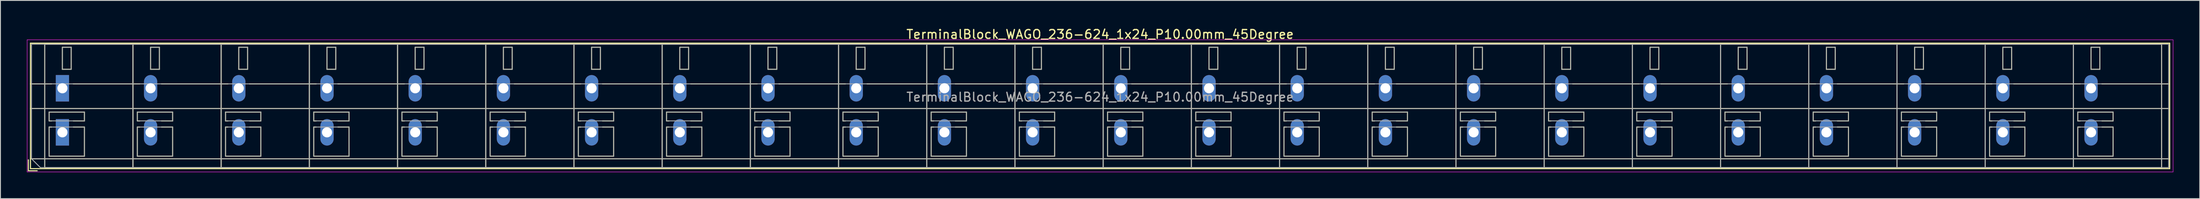
<source format=kicad_pcb>
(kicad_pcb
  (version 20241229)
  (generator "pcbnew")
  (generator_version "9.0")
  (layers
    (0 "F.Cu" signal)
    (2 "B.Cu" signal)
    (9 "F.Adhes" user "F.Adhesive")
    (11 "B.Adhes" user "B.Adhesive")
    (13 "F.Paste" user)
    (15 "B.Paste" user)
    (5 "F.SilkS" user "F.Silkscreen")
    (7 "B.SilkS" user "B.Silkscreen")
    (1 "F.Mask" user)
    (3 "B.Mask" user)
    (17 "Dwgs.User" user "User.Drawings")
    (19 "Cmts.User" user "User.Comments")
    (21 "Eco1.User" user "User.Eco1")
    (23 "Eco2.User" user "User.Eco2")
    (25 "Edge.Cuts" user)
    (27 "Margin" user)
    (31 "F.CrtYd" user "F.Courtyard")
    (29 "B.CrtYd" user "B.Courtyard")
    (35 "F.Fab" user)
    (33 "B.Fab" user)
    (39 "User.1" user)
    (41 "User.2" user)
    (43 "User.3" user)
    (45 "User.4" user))
  (footprint "TerminalBlock_WAGO_236-624_1x24_P10.00mm_45Degree"
    (layer "F.Cu")
    (at 4.025 6.968)
    (property "Reference" "TerminalBlock_WAGO_236-624_1x24_P10.00mm_45Degree" (at 117.65 -6.12 0) (layer "F.SilkS") (effects (font (size 1 1) (thickness 0.15))))
    (attr through_hole)
    (fp_line (start -3.86 8.12) (end -3.86 9.36) (stroke (width 0.12) (type solid)) (layer "F.SilkS"))
    (fp_line (start -3.86 9.36) (end -2.86 9.36) (stroke (width 0.12) (type solid)) (layer "F.SilkS"))
    (fp_line (start -3.62 -5.12) (end -3.62 9.12) (stroke (width 0.12) (type solid)) (layer "F.SilkS"))
    (fp_line (start -3.62 -5.12) (end 238.92 -5.12) (stroke (width 0.12) (type solid)) (layer "F.SilkS"))
    (fp_line (start -3.62 -0.5) (end -1.23 -0.5) (stroke (width 0.12) (type solid)) (layer "F.SilkS"))
    (fp_line (start -3.62 2.3) (end 238.92 2.3) (stroke (width 0.12) (type solid)) (layer "F.SilkS"))
    (fp_line (start -3.62 8) (end 238.92 8) (stroke (width 0.12) (type solid)) (layer "F.SilkS"))
    (fp_line (start -3.62 9.12) (end 238.92 9.12) (stroke (width 0.12) (type solid)) (layer "F.SilkS"))
    (fp_line (start -2 -5) (end -2 9) (stroke (width 0.12) (type solid)) (layer "F.SilkS"))
    (fp_line (start -2 -5) (end 8 -5) (stroke (width 0.12) (type solid)) (layer "F.SilkS"))
    (fp_line (start -2 9) (end 8 9) (stroke (width 0.12) (type solid)) (layer "F.SilkS"))
    (fp_line (start -1.5 2.7) (end -1.5 3.7) (stroke (width 0.12) (type solid)) (layer "F.SilkS"))
    (fp_line (start -1.5 2.7) (end 2.5 2.7) (stroke (width 0.12) (type solid)) (layer "F.SilkS"))
    (fp_line (start -1.5 3.7) (end -1.23 3.7) (stroke (width 0.12) (type solid)) (layer "F.SilkS"))
    (fp_line (start -1.5 4.4) (end -1.5 7.7) (stroke (width 0.12) (type solid)) (layer "F.SilkS"))
    (fp_line (start -1.5 4.4) (end -1.23 4.4) (stroke (width 0.12) (type solid)) (layer "F.SilkS"))
    (fp_line (start -1.5 7.7) (end 2.5 7.7) (stroke (width 0.12) (type solid)) (layer "F.SilkS"))
    (fp_line (start 0 -4.65) (end 0 -2.151) (stroke (width 0.12) (type solid)) (layer "F.SilkS"))
    (fp_line (start 0 -4.65) (end 1 -4.65) (stroke (width 0.12) (type solid)) (layer "F.SilkS"))
    (fp_line (start 0 -2.151) (end 1 -2.151) (stroke (width 0.12) (type solid)) (layer "F.SilkS"))
    (fp_line (start 1 -4.65) (end 1 -2.151) (stroke (width 0.12) (type solid)) (layer "F.SilkS"))
    (fp_line (start 1.23 -0.5) (end 8.77 -0.5) (stroke (width 0.12) (type solid)) (layer "F.SilkS"))
    (fp_line (start 1.23 3.7) (end 2.5 3.7) (stroke (width 0.12) (type solid)) (layer "F.SilkS"))
    (fp_line (start 1.23 4.4) (end 2.5 4.4) (stroke (width 0.12) (type solid)) (layer "F.SilkS"))
    (fp_line (start 2.5 2.7) (end 2.5 3.7) (stroke (width 0.12) (type solid)) (layer "F.SilkS"))
    (fp_line (start 2.5 4.4) (end 2.5 7.7) (stroke (width 0.12) (type solid)) (layer "F.SilkS"))
    (fp_line (start 8 -5) (end 8 9) (stroke (width 0.12) (type solid)) (layer "F.SilkS"))
    (fp_line (start 8 -5) (end 8 9) (stroke (width 0.12) (type solid)) (layer "F.SilkS"))
    (fp_line (start 8 -5) (end 18 -5) (stroke (width 0.12) (type solid)) (layer "F.SilkS"))
    (fp_line (start 8 9) (end 18 9) (stroke (width 0.12) (type solid)) (layer "F.SilkS"))
    (fp_line (start 8.5 2.7) (end 8.5 3.7) (stroke (width 0.12) (type solid)) (layer "F.SilkS"))
    (fp_line (start 8.5 2.7) (end 12.5 2.7) (stroke (width 0.12) (type solid)) (layer "F.SilkS"))
    (fp_line (start 8.5 3.7) (end 8.77 3.7) (stroke (width 0.12) (type solid)) (layer "F.SilkS"))
    (fp_line (start 8.5 4.4) (end 8.5 7.7) (stroke (width 0.12) (type solid)) (layer "F.SilkS"))
    (fp_line (start 8.5 4.4) (end 8.77 4.4) (stroke (width 0.12) (type solid)) (layer "F.SilkS"))
    (fp_line (start 8.5 7.7) (end 12.5 7.7) (stroke (width 0.12) (type solid)) (layer "F.SilkS"))
    (fp_line (start 10 -4.65) (end 10 -2.151) (stroke (width 0.12) (type solid)) (layer "F.SilkS"))
    (fp_line (start 10 -4.65) (end 11 -4.65) (stroke (width 0.12) (type solid)) (layer "F.SilkS"))
    (fp_line (start 10 -2.151) (end 11 -2.151) (stroke (width 0.12) (type solid)) (layer "F.SilkS"))
    (fp_line (start 11 -4.65) (end 11 -2.151) (stroke (width 0.12) (type solid)) (layer "F.SilkS"))
    (fp_line (start 11.23 -0.5) (end 18.77 -0.5) (stroke (width 0.12) (type solid)) (layer "F.SilkS"))
    (fp_line (start 11.23 3.7) (end 12.5 3.7) (stroke (width 0.12) (type solid)) (layer "F.SilkS"))
    (fp_line (start 11.23 4.4) (end 12.5 4.4) (stroke (width 0.12) (type solid)) (layer "F.SilkS"))
    (fp_line (start 12.5 2.7) (end 12.5 3.7) (stroke (width 0.12) (type solid)) (layer "F.SilkS"))
    (fp_line (start 12.5 4.4) (end 12.5 7.7) (stroke (width 0.12) (type solid)) (layer "F.SilkS"))
    (fp_line (start 18 -5) (end 18 9) (stroke (width 0.12) (type solid)) (layer "F.SilkS"))
    (fp_line (start 18 -5) (end 18 9) (stroke (width 0.12) (type solid)) (layer "F.SilkS"))
    (fp_line (start 18 -5) (end 28 -5) (stroke (width 0.12) (type solid)) (layer "F.SilkS"))
    (fp_line (start 18 9) (end 28 9) (stroke (width 0.12) (type solid)) (layer "F.SilkS"))
    (fp_line (start 18.5 2.7) (end 18.5 3.7) (stroke (width 0.12) (type solid)) (layer "F.SilkS"))
    (fp_line (start 18.5 2.7) (end 22.5 2.7) (stroke (width 0.12) (type solid)) (layer "F.SilkS"))
    (fp_line (start 18.5 3.7) (end 18.77 3.7) (stroke (width 0.12) (type solid)) (layer "F.SilkS"))
    (fp_line (start 18.5 4.4) (end 18.5 7.7) (stroke (width 0.12) (type solid)) (layer "F.SilkS"))
    (fp_line (start 18.5 4.4) (end 18.77 4.4) (stroke (width 0.12) (type solid)) (layer "F.SilkS"))
    (fp_line (start 18.5 7.7) (end 22.5 7.7) (stroke (width 0.12) (type solid)) (layer "F.SilkS"))
    (fp_line (start 20 -4.65) (end 20 -2.151) (stroke (width 0.12) (type solid)) (layer "F.SilkS"))
    (fp_line (start 20 -4.65) (end 21 -4.65) (stroke (width 0.12) (type solid)) (layer "F.SilkS"))
    (fp_line (start 20 -2.151) (end 21 -2.151) (stroke (width 0.12) (type solid)) (layer "F.SilkS"))
    (fp_line (start 21 -4.65) (end 21 -2.151) (stroke (width 0.12) (type solid)) (layer "F.SilkS"))
    (fp_line (start 21.23 -0.5) (end 28.77 -0.5) (stroke (width 0.12) (type solid)) (layer "F.SilkS"))
    (fp_line (start 21.23 3.7) (end 22.5 3.7) (stroke (width 0.12) (type solid)) (layer "F.SilkS"))
    (fp_line (start 21.23 4.4) (end 22.5 4.4) (stroke (width 0.12) (type solid)) (layer "F.SilkS"))
    (fp_line (start 22.5 2.7) (end 22.5 3.7) (stroke (width 0.12) (type solid)) (layer "F.SilkS"))
    (fp_line (start 22.5 4.4) (end 22.5 7.7) (stroke (width 0.12) (type solid)) (layer "F.SilkS"))
    (fp_line (start 28 -5) (end 28 9) (stroke (width 0.12) (type solid)) (layer "F.SilkS"))
    (fp_line (start 28 -5) (end 28 9) (stroke (width 0.12) (type solid)) (layer "F.SilkS"))
    (fp_line (start 28 -5) (end 38 -5) (stroke (width 0.12) (type solid)) (layer "F.SilkS"))
    (fp_line (start 28 9) (end 38 9) (stroke (width 0.12) (type solid)) (layer "F.SilkS"))
    (fp_line (start 28.5 2.7) (end 28.5 3.7) (stroke (width 0.12) (type solid)) (layer "F.SilkS"))
    (fp_line (start 28.5 2.7) (end 32.5 2.7) (stroke (width 0.12) (type solid)) (layer "F.SilkS"))
    (fp_line (start 28.5 3.7) (end 28.77 3.7) (stroke (width 0.12) (type solid)) (layer "F.SilkS"))
    (fp_line (start 28.5 4.4) (end 28.5 7.7) (stroke (width 0.12) (type solid)) (layer "F.SilkS"))
    (fp_line (start 28.5 4.4) (end 28.77 4.4) (stroke (width 0.12) (type solid)) (layer "F.SilkS"))
    (fp_line (start 28.5 7.7) (end 32.5 7.7) (stroke (width 0.12) (type solid)) (layer "F.SilkS"))
    (fp_line (start 30 -4.65) (end 30 -2.151) (stroke (width 0.12) (type solid)) (layer "F.SilkS"))
    (fp_line (start 30 -4.65) (end 31 -4.65) (stroke (width 0.12) (type solid)) (layer "F.SilkS"))
    (fp_line (start 30 -2.151) (end 31 -2.151) (stroke (width 0.12) (type solid)) (layer "F.SilkS"))
    (fp_line (start 31 -4.65) (end 31 -2.151) (stroke (width 0.12) (type solid)) (layer "F.SilkS"))
    (fp_line (start 31.23 -0.5) (end 38.77 -0.5) (stroke (width 0.12) (type solid)) (layer "F.SilkS"))
    (fp_line (start 31.23 3.7) (end 32.5 3.7) (stroke (width 0.12) (type solid)) (layer "F.SilkS"))
    (fp_line (start 31.23 4.4) (end 32.5 4.4) (stroke (width 0.12) (type solid)) (layer "F.SilkS"))
    (fp_line (start 32.5 2.7) (end 32.5 3.7) (stroke (width 0.12) (type solid)) (layer "F.SilkS"))
    (fp_line (start 32.5 4.4) (end 32.5 7.7) (stroke (width 0.12) (type solid)) (layer "F.SilkS"))
    (fp_line (start 38 -5) (end 38 9) (stroke (width 0.12) (type solid)) (layer "F.SilkS"))
    (fp_line (start 38 -5) (end 38 9) (stroke (width 0.12) (type solid)) (layer "F.SilkS"))
    (fp_line (start 38 -5) (end 48 -5) (stroke (width 0.12) (type solid)) (layer "F.SilkS"))
    (fp_line (start 38 9) (end 48 9) (stroke (width 0.12) (type solid)) (layer "F.SilkS"))
    (fp_line (start 38.5 2.7) (end 38.5 3.7) (stroke (width 0.12) (type solid)) (layer "F.SilkS"))
    (fp_line (start 38.5 2.7) (end 42.5 2.7) (stroke (width 0.12) (type solid)) (layer "F.SilkS"))
    (fp_line (start 38.5 3.7) (end 38.77 3.7) (stroke (width 0.12) (type solid)) (layer "F.SilkS"))
    (fp_line (start 38.5 4.4) (end 38.5 7.7) (stroke (width 0.12) (type solid)) (layer "F.SilkS"))
    (fp_line (start 38.5 4.4) (end 38.77 4.4) (stroke (width 0.12) (type solid)) (layer "F.SilkS"))
    (fp_line (start 38.5 7.7) (end 42.5 7.7) (stroke (width 0.12) (type solid)) (layer "F.SilkS"))
    (fp_line (start 40 -4.65) (end 40 -2.151) (stroke (width 0.12) (type solid)) (layer "F.SilkS"))
    (fp_line (start 40 -4.65) (end 41 -4.65) (stroke (width 0.12) (type solid)) (layer "F.SilkS"))
    (fp_line (start 40 -2.151) (end 41 -2.151) (stroke (width 0.12) (type solid)) (layer "F.SilkS"))
    (fp_line (start 41 -4.65) (end 41 -2.151) (stroke (width 0.12) (type solid)) (layer "F.SilkS"))
    (fp_line (start 41.23 -0.5) (end 48.77 -0.5) (stroke (width 0.12) (type solid)) (layer "F.SilkS"))
    (fp_line (start 41.23 3.7) (end 42.5 3.7) (stroke (width 0.12) (type solid)) (layer "F.SilkS"))
    (fp_line (start 41.23 4.4) (end 42.5 4.4) (stroke (width 0.12) (type solid)) (layer "F.SilkS"))
    (fp_line (start 42.5 2.7) (end 42.5 3.7) (stroke (width 0.12) (type solid)) (layer "F.SilkS"))
    (fp_line (start 42.5 4.4) (end 42.5 7.7) (stroke (width 0.12) (type solid)) (layer "F.SilkS"))
    (fp_line (start 48 -5) (end 48 9) (stroke (width 0.12) (type solid)) (layer "F.SilkS"))
    (fp_line (start 48 -5) (end 48 9) (stroke (width 0.12) (type solid)) (layer "F.SilkS"))
    (fp_line (start 48 -5) (end 58 -5) (stroke (width 0.12) (type solid)) (layer "F.SilkS"))
    (fp_line (start 48 9) (end 58 9) (stroke (width 0.12) (type solid)) (layer "F.SilkS"))
    (fp_line (start 48.5 2.7) (end 48.5 3.7) (stroke (width 0.12) (type solid)) (layer "F.SilkS"))
    (fp_line (start 48.5 2.7) (end 52.5 2.7) (stroke (width 0.12) (type solid)) (layer "F.SilkS"))
    (fp_line (start 48.5 3.7) (end 48.77 3.7) (stroke (width 0.12) (type solid)) (layer "F.SilkS"))
    (fp_line (start 48.5 4.4) (end 48.5 7.7) (stroke (width 0.12) (type solid)) (layer "F.SilkS"))
    (fp_line (start 48.5 4.4) (end 48.77 4.4) (stroke (width 0.12) (type solid)) (layer "F.SilkS"))
    (fp_line (start 48.5 7.7) (end 52.5 7.7) (stroke (width 0.12) (type solid)) (layer "F.SilkS"))
    (fp_line (start 50 -4.65) (end 50 -2.151) (stroke (width 0.12) (type solid)) (layer "F.SilkS"))
    (fp_line (start 50 -4.65) (end 51 -4.65) (stroke (width 0.12) (type solid)) (layer "F.SilkS"))
    (fp_line (start 50 -2.151) (end 51 -2.151) (stroke (width 0.12) (type solid)) (layer "F.SilkS"))
    (fp_line (start 51 -4.65) (end 51 -2.151) (stroke (width 0.12) (type solid)) (layer "F.SilkS"))
    (fp_line (start 51.23 -0.5) (end 58.77 -0.5) (stroke (width 0.12) (type solid)) (layer "F.SilkS"))
    (fp_line (start 51.23 3.7) (end 52.5 3.7) (stroke (width 0.12) (type solid)) (layer "F.SilkS"))
    (fp_line (start 51.23 4.4) (end 52.5 4.4) (stroke (width 0.12) (type solid)) (layer "F.SilkS"))
    (fp_line (start 52.5 2.7) (end 52.5 3.7) (stroke (width 0.12) (type solid)) (layer "F.SilkS"))
    (fp_line (start 52.5 4.4) (end 52.5 7.7) (stroke (width 0.12) (type solid)) (layer "F.SilkS"))
    (fp_line (start 58 -5) (end 58 9) (stroke (width 0.12) (type solid)) (layer "F.SilkS"))
    (fp_line (start 58 -5) (end 58 9) (stroke (width 0.12) (type solid)) (layer "F.SilkS"))
    (fp_line (start 58 -5) (end 68 -5) (stroke (width 0.12) (type solid)) (layer "F.SilkS"))
    (fp_line (start 58 9) (end 68 9) (stroke (width 0.12) (type solid)) (layer "F.SilkS"))
    (fp_line (start 58.5 2.7) (end 58.5 3.7) (stroke (width 0.12) (type solid)) (layer "F.SilkS"))
    (fp_line (start 58.5 2.7) (end 62.5 2.7) (stroke (width 0.12) (type solid)) (layer "F.SilkS"))
    (fp_line (start 58.5 3.7) (end 58.77 3.7) (stroke (width 0.12) (type solid)) (layer "F.SilkS"))
    (fp_line (start 58.5 4.4) (end 58.5 7.7) (stroke (width 0.12) (type solid)) (layer "F.SilkS"))
    (fp_line (start 58.5 4.4) (end 58.77 4.4) (stroke (width 0.12) (type solid)) (layer "F.SilkS"))
    (fp_line (start 58.5 7.7) (end 62.5 7.7) (stroke (width 0.12) (type solid)) (layer "F.SilkS"))
    (fp_line (start 60 -4.65) (end 60 -2.151) (stroke (width 0.12) (type solid)) (layer "F.SilkS"))
    (fp_line (start 60 -4.65) (end 61 -4.65) (stroke (width 0.12) (type solid)) (layer "F.SilkS"))
    (fp_line (start 60 -2.151) (end 61 -2.151) (stroke (width 0.12) (type solid)) (layer "F.SilkS"))
    (fp_line (start 61 -4.65) (end 61 -2.151) (stroke (width 0.12) (type solid)) (layer "F.SilkS"))
    (fp_line (start 61.23 -0.5) (end 68.77 -0.5) (stroke (width 0.12) (type solid)) (layer "F.SilkS"))
    (fp_line (start 61.23 3.7) (end 62.5 3.7) (stroke (width 0.12) (type solid)) (layer "F.SilkS"))
    (fp_line (start 61.23 4.4) (end 62.5 4.4) (stroke (width 0.12) (type solid)) (layer "F.SilkS"))
    (fp_line (start 62.5 2.7) (end 62.5 3.7) (stroke (width 0.12) (type solid)) (layer "F.SilkS"))
    (fp_line (start 62.5 4.4) (end 62.5 7.7) (stroke (width 0.12) (type solid)) (layer "F.SilkS"))
    (fp_line (start 68 -5) (end 68 9) (stroke (width 0.12) (type solid)) (layer "F.SilkS"))
    (fp_line (start 68 -5) (end 68 9) (stroke (width 0.12) (type solid)) (layer "F.SilkS"))
    (fp_line (start 68 -5) (end 78 -5) (stroke (width 0.12) (type solid)) (layer "F.SilkS"))
    (fp_line (start 68 9) (end 78 9) (stroke (width 0.12) (type solid)) (layer "F.SilkS"))
    (fp_line (start 68.5 2.7) (end 68.5 3.7) (stroke (width 0.12) (type solid)) (layer "F.SilkS"))
    (fp_line (start 68.5 2.7) (end 72.5 2.7) (stroke (width 0.12) (type solid)) (layer "F.SilkS"))
    (fp_line (start 68.5 3.7) (end 68.77 3.7) (stroke (width 0.12) (type solid)) (layer "F.SilkS"))
    (fp_line (start 68.5 4.4) (end 68.5 7.7) (stroke (width 0.12) (type solid)) (layer "F.SilkS"))
    (fp_line (start 68.5 4.4) (end 68.77 4.4) (stroke (width 0.12) (type solid)) (layer "F.SilkS"))
    (fp_line (start 68.5 7.7) (end 72.5 7.7) (stroke (width 0.12) (type solid)) (layer "F.SilkS"))
    (fp_line (start 70 -4.65) (end 70 -2.151) (stroke (width 0.12) (type solid)) (layer "F.SilkS"))
    (fp_line (start 70 -4.65) (end 71 -4.65) (stroke (width 0.12) (type solid)) (layer "F.SilkS"))
    (fp_line (start 70 -2.151) (end 71 -2.151) (stroke (width 0.12) (type solid)) (layer "F.SilkS"))
    (fp_line (start 71 -4.65) (end 71 -2.151) (stroke (width 0.12) (type solid)) (layer "F.SilkS"))
    (fp_line (start 71.23 -0.5) (end 78.77 -0.5) (stroke (width 0.12) (type solid)) (layer "F.SilkS"))
    (fp_line (start 71.23 3.7) (end 72.5 3.7) (stroke (width 0.12) (type solid)) (layer "F.SilkS"))
    (fp_line (start 71.23 4.4) (end 72.5 4.4) (stroke (width 0.12) (type solid)) (layer "F.SilkS"))
    (fp_line (start 72.5 2.7) (end 72.5 3.7) (stroke (width 0.12) (type solid)) (layer "F.SilkS"))
    (fp_line (start 72.5 4.4) (end 72.5 7.7) (stroke (width 0.12) (type solid)) (layer "F.SilkS"))
    (fp_line (start 78 -5) (end 78 9) (stroke (width 0.12) (type solid)) (layer "F.SilkS"))
    (fp_line (start 78 -5) (end 78 9) (stroke (width 0.12) (type solid)) (layer "F.SilkS"))
    (fp_line (start 78 -5) (end 88 -5) (stroke (width 0.12) (type solid)) (layer "F.SilkS"))
    (fp_line (start 78 9) (end 88 9) (stroke (width 0.12) (type solid)) (layer "F.SilkS"))
    (fp_line (start 78.5 2.7) (end 78.5 3.7) (stroke (width 0.12) (type solid)) (layer "F.SilkS"))
    (fp_line (start 78.5 2.7) (end 82.5 2.7) (stroke (width 0.12) (type solid)) (layer "F.SilkS"))
    (fp_line (start 78.5 3.7) (end 78.77 3.7) (stroke (width 0.12) (type solid)) (layer "F.SilkS"))
    (fp_line (start 78.5 4.4) (end 78.5 7.7) (stroke (width 0.12) (type solid)) (layer "F.SilkS"))
    (fp_line (start 78.5 4.4) (end 78.77 4.4) (stroke (width 0.12) (type solid)) (layer "F.SilkS"))
    (fp_line (start 78.5 7.7) (end 82.5 7.7) (stroke (width 0.12) (type solid)) (layer "F.SilkS"))
    (fp_line (start 80 -4.65) (end 80 -2.151) (stroke (width 0.12) (type solid)) (layer "F.SilkS"))
    (fp_line (start 80 -4.65) (end 81 -4.65) (stroke (width 0.12) (type solid)) (layer "F.SilkS"))
    (fp_line (start 80 -2.151) (end 81 -2.151) (stroke (width 0.12) (type solid)) (layer "F.SilkS"))
    (fp_line (start 81 -4.65) (end 81 -2.151) (stroke (width 0.12) (type solid)) (layer "F.SilkS"))
    (fp_line (start 81.23 -0.5) (end 88.77 -0.5) (stroke (width 0.12) (type solid)) (layer "F.SilkS"))
    (fp_line (start 81.23 3.7) (end 82.5 3.7) (stroke (width 0.12) (type solid)) (layer "F.SilkS"))
    (fp_line (start 81.23 4.4) (end 82.5 4.4) (stroke (width 0.12) (type solid)) (layer "F.SilkS"))
    (fp_line (start 82.5 2.7) (end 82.5 3.7) (stroke (width 0.12) (type solid)) (layer "F.SilkS"))
    (fp_line (start 82.5 4.4) (end 82.5 7.7) (stroke (width 0.12) (type solid)) (layer "F.SilkS"))
    (fp_line (start 88 -5) (end 88 9) (stroke (width 0.12) (type solid)) (layer "F.SilkS"))
    (fp_line (start 88 -5) (end 88 9) (stroke (width 0.12) (type solid)) (layer "F.SilkS"))
    (fp_line (start 88 -5) (end 98 -5) (stroke (width 0.12) (type solid)) (layer "F.SilkS"))
    (fp_line (start 88 9) (end 98 9) (stroke (width 0.12) (type solid)) (layer "F.SilkS"))
    (fp_line (start 88.5 2.7) (end 88.5 3.7) (stroke (width 0.12) (type solid)) (layer "F.SilkS"))
    (fp_line (start 88.5 2.7) (end 92.5 2.7) (stroke (width 0.12) (type solid)) (layer "F.SilkS"))
    (fp_line (start 88.5 3.7) (end 88.77 3.7) (stroke (width 0.12) (type solid)) (layer "F.SilkS"))
    (fp_line (start 88.5 4.4) (end 88.5 7.7) (stroke (width 0.12) (type solid)) (layer "F.SilkS"))
    (fp_line (start 88.5 4.4) (end 88.77 4.4) (stroke (width 0.12) (type solid)) (layer "F.SilkS"))
    (fp_line (start 88.5 7.7) (end 92.5 7.7) (stroke (width 0.12) (type solid)) (layer "F.SilkS"))
    (fp_line (start 90 -4.65) (end 90 -2.151) (stroke (width 0.12) (type solid)) (layer "F.SilkS"))
    (fp_line (start 90 -4.65) (end 91 -4.65) (stroke (width 0.12) (type solid)) (layer "F.SilkS"))
    (fp_line (start 90 -2.151) (end 91 -2.151) (stroke (width 0.12) (type solid)) (layer "F.SilkS"))
    (fp_line (start 91 -4.65) (end 91 -2.151) (stroke (width 0.12) (type solid)) (layer "F.SilkS"))
    (fp_line (start 91.23 -0.5) (end 98.77 -0.5) (stroke (width 0.12) (type solid)) (layer "F.SilkS"))
    (fp_line (start 91.23 3.7) (end 92.5 3.7) (stroke (width 0.12) (type solid)) (layer "F.SilkS"))
    (fp_line (start 91.23 4.4) (end 92.5 4.4) (stroke (width 0.12) (type solid)) (layer "F.SilkS"))
    (fp_line (start 92.5 2.7) (end 92.5 3.7) (stroke (width 0.12) (type solid)) (layer "F.SilkS"))
    (fp_line (start 92.5 4.4) (end 92.5 7.7) (stroke (width 0.12) (type solid)) (layer "F.SilkS"))
    (fp_line (start 98 -5) (end 98 9) (stroke (width 0.12) (type solid)) (layer "F.SilkS"))
    (fp_line (start 98 -5) (end 98 9) (stroke (width 0.12) (type solid)) (layer "F.SilkS"))
    (fp_line (start 98 -5) (end 108 -5) (stroke (width 0.12) (type solid)) (layer "F.SilkS"))
    (fp_line (start 98 9) (end 108 9) (stroke (width 0.12) (type solid)) (layer "F.SilkS"))
    (fp_line (start 98.5 2.7) (end 98.5 3.7) (stroke (width 0.12) (type solid)) (layer "F.SilkS"))
    (fp_line (start 98.5 2.7) (end 102.5 2.7) (stroke (width 0.12) (type solid)) (layer "F.SilkS"))
    (fp_line (start 98.5 3.7) (end 98.77 3.7) (stroke (width 0.12) (type solid)) (layer "F.SilkS"))
    (fp_line (start 98.5 4.4) (end 98.5 7.7) (stroke (width 0.12) (type solid)) (layer "F.SilkS"))
    (fp_line (start 98.5 4.4) (end 98.77 4.4) (stroke (width 0.12) (type solid)) (layer "F.SilkS"))
    (fp_line (start 98.5 7.7) (end 102.5 7.7) (stroke (width 0.12) (type solid)) (layer "F.SilkS"))
    (fp_line (start 100 -4.65) (end 100 -2.151) (stroke (width 0.12) (type solid)) (layer "F.SilkS"))
    (fp_line (start 100 -4.65) (end 101 -4.65) (stroke (width 0.12) (type solid)) (layer "F.SilkS"))
    (fp_line (start 100 -2.151) (end 101 -2.151) (stroke (width 0.12) (type solid)) (layer "F.SilkS"))
    (fp_line (start 101 -4.65) (end 101 -2.151) (stroke (width 0.12) (type solid)) (layer "F.SilkS"))
    (fp_line (start 101.23 -0.5) (end 108.77 -0.5) (stroke (width 0.12) (type solid)) (layer "F.SilkS"))
    (fp_line (start 101.23 3.7) (end 102.5 3.7) (stroke (width 0.12) (type solid)) (layer "F.SilkS"))
    (fp_line (start 101.23 4.4) (end 102.5 4.4) (stroke (width 0.12) (type solid)) (layer "F.SilkS"))
    (fp_line (start 102.5 2.7) (end 102.5 3.7) (stroke (width 0.12) (type solid)) (layer "F.SilkS"))
    (fp_line (start 102.5 4.4) (end 102.5 7.7) (stroke (width 0.12) (type solid)) (layer "F.SilkS"))
    (fp_line (start 108 -5) (end 108 9) (stroke (width 0.12) (type solid)) (layer "F.SilkS"))
    (fp_line (start 108 -5) (end 108 9) (stroke (width 0.12) (type solid)) (layer "F.SilkS"))
    (fp_line (start 108 -5) (end 118 -5) (stroke (width 0.12) (type solid)) (layer "F.SilkS"))
    (fp_line (start 108 9) (end 118 9) (stroke (width 0.12) (type solid)) (layer "F.SilkS"))
    (fp_line (start 108.5 2.7) (end 108.5 3.7) (stroke (width 0.12) (type solid)) (layer "F.SilkS"))
    (fp_line (start 108.5 2.7) (end 112.5 2.7) (stroke (width 0.12) (type solid)) (layer "F.SilkS"))
    (fp_line (start 108.5 3.7) (end 108.77 3.7) (stroke (width 0.12) (type solid)) (layer "F.SilkS"))
    (fp_line (start 108.5 4.4) (end 108.5 7.7) (stroke (width 0.12) (type solid)) (layer "F.SilkS"))
    (fp_line (start 108.5 4.4) (end 108.77 4.4) (stroke (width 0.12) (type solid)) (layer "F.SilkS"))
    (fp_line (start 108.5 7.7) (end 112.5 7.7) (stroke (width 0.12) (type solid)) (layer "F.SilkS"))
    (fp_line (start 110 -4.65) (end 110 -2.151) (stroke (width 0.12) (type solid)) (layer "F.SilkS"))
    (fp_line (start 110 -4.65) (end 111 -4.65) (stroke (width 0.12) (type solid)) (layer "F.SilkS"))
    (fp_line (start 110 -2.151) (end 111 -2.151) (stroke (width 0.12) (type solid)) (layer "F.SilkS"))
    (fp_line (start 111 -4.65) (end 111 -2.151) (stroke (width 0.12) (type solid)) (layer "F.SilkS"))
    (fp_line (start 111.23 -0.5) (end 118.77 -0.5) (stroke (width 0.12) (type solid)) (layer "F.SilkS"))
    (fp_line (start 111.23 3.7) (end 112.5 3.7) (stroke (width 0.12) (type solid)) (layer "F.SilkS"))
    (fp_line (start 111.23 4.4) (end 112.5 4.4) (stroke (width 0.12) (type solid)) (layer "F.SilkS"))
    (fp_line (start 112.5 2.7) (end 112.5 3.7) (stroke (width 0.12) (type solid)) (layer "F.SilkS"))
    (fp_line (start 112.5 4.4) (end 112.5 7.7) (stroke (width 0.12) (type solid)) (layer "F.SilkS"))
    (fp_line (start 118 -5) (end 118 9) (stroke (width 0.12) (type solid)) (layer "F.SilkS"))
    (fp_line (start 118 -5) (end 118 9) (stroke (width 0.12) (type solid)) (layer "F.SilkS"))
    (fp_line (start 118 -5) (end 128 -5) (stroke (width 0.12) (type solid)) (layer "F.SilkS"))
    (fp_line (start 118 9) (end 128 9) (stroke (width 0.12) (type solid)) (layer "F.SilkS"))
    (fp_line (start 118.5 2.7) (end 118.5 3.7) (stroke (width 0.12) (type solid)) (layer "F.SilkS"))
    (fp_line (start 118.5 2.7) (end 122.5 2.7) (stroke (width 0.12) (type solid)) (layer "F.SilkS"))
    (fp_line (start 118.5 3.7) (end 118.77 3.7) (stroke (width 0.12) (type solid)) (layer "F.SilkS"))
    (fp_line (start 118.5 4.4) (end 118.5 7.7) (stroke (width 0.12) (type solid)) (layer "F.SilkS"))
    (fp_line (start 118.5 4.4) (end 118.77 4.4) (stroke (width 0.12) (type solid)) (layer "F.SilkS"))
    (fp_line (start 118.5 7.7) (end 122.5 7.7) (stroke (width 0.12) (type solid)) (layer "F.SilkS"))
    (fp_line (start 120 -4.65) (end 120 -2.151) (stroke (width 0.12) (type solid)) (layer "F.SilkS"))
    (fp_line (start 120 -4.65) (end 121 -4.65) (stroke (width 0.12) (type solid)) (layer "F.SilkS"))
    (fp_line (start 120 -2.151) (end 121 -2.151) (stroke (width 0.12) (type solid)) (layer "F.SilkS"))
    (fp_line (start 121 -4.65) (end 121 -2.151) (stroke (width 0.12) (type solid)) (layer "F.SilkS"))
    (fp_line (start 121.23 -0.5) (end 128.771 -0.5) (stroke (width 0.12) (type solid)) (layer "F.SilkS"))
    (fp_line (start 121.23 3.7) (end 122.5 3.7) (stroke (width 0.12) (type solid)) (layer "F.SilkS"))
    (fp_line (start 121.23 4.4) (end 122.5 4.4) (stroke (width 0.12) (type solid)) (layer "F.SilkS"))
    (fp_line (start 122.5 2.7) (end 122.5 3.7) (stroke (width 0.12) (type solid)) (layer "F.SilkS"))
    (fp_line (start 122.5 4.4) (end 122.5 7.7) (stroke (width 0.12) (type solid)) (layer "F.SilkS"))
    (fp_line (start 128 -5) (end 128 9) (stroke (width 0.12) (type solid)) (layer "F.SilkS"))
    (fp_line (start 128 -5) (end 128 9) (stroke (width 0.12) (type solid)) (layer "F.SilkS"))
    (fp_line (start 128 -5) (end 138 -5) (stroke (width 0.12) (type solid)) (layer "F.SilkS"))
    (fp_line (start 128 9) (end 138 9) (stroke (width 0.12) (type solid)) (layer "F.SilkS"))
    (fp_line (start 128.5 2.7) (end 128.5 3.7) (stroke (width 0.12) (type solid)) (layer "F.SilkS"))
    (fp_line (start 128.5 2.7) (end 132.5 2.7) (stroke (width 0.12) (type solid)) (layer "F.SilkS"))
    (fp_line (start 128.5 3.7) (end 128.771 3.7) (stroke (width 0.12) (type solid)) (layer "F.SilkS"))
    (fp_line (start 128.5 4.4) (end 128.5 7.7) (stroke (width 0.12) (type solid)) (layer "F.SilkS"))
    (fp_line (start 128.5 4.4) (end 128.771 4.4) (stroke (width 0.12) (type solid)) (layer "F.SilkS"))
    (fp_line (start 128.5 7.7) (end 132.5 7.7) (stroke (width 0.12) (type solid)) (layer "F.SilkS"))
    (fp_line (start 130 -4.65) (end 130 -2.151) (stroke (width 0.12) (type solid)) (layer "F.SilkS"))
    (fp_line (start 130 -4.65) (end 131 -4.65) (stroke (width 0.12) (type solid)) (layer "F.SilkS"))
    (fp_line (start 130 -2.151) (end 131 -2.151) (stroke (width 0.12) (type solid)) (layer "F.SilkS"))
    (fp_line (start 131 -4.65) (end 131 -2.151) (stroke (width 0.12) (type solid)) (layer "F.SilkS"))
    (fp_line (start 131.23 -0.5) (end 138.77 -0.5) (stroke (width 0.12) (type solid)) (layer "F.SilkS"))
    (fp_line (start 131.23 3.7) (end 132.5 3.7) (stroke (width 0.12) (type solid)) (layer "F.SilkS"))
    (fp_line (start 131.23 4.4) (end 132.5 4.4) (stroke (width 0.12) (type solid)) (layer "F.SilkS"))
    (fp_line (start 132.5 2.7) (end 132.5 3.7) (stroke (width 0.12) (type solid)) (layer "F.SilkS"))
    (fp_line (start 132.5 4.4) (end 132.5 7.7) (stroke (width 0.12) (type solid)) (layer "F.SilkS"))
    (fp_line (start 138 -5) (end 138 9) (stroke (width 0.12) (type solid)) (layer "F.SilkS"))
    (fp_line (start 138 -5) (end 138 9) (stroke (width 0.12) (type solid)) (layer "F.SilkS"))
    (fp_line (start 138 -5) (end 148 -5) (stroke (width 0.12) (type solid)) (layer "F.SilkS"))
    (fp_line (start 138 9) (end 148 9) (stroke (width 0.12) (type solid)) (layer "F.SilkS"))
    (fp_line (start 138.5 2.7) (end 138.5 3.7) (stroke (width 0.12) (type solid)) (layer "F.SilkS"))
    (fp_line (start 138.5 2.7) (end 142.5 2.7) (stroke (width 0.12) (type solid)) (layer "F.SilkS"))
    (fp_line (start 138.5 3.7) (end 138.77 3.7) (stroke (width 0.12) (type solid)) (layer "F.SilkS"))
    (fp_line (start 138.5 4.4) (end 138.5 7.7) (stroke (width 0.12) (type solid)) (layer "F.SilkS"))
    (fp_line (start 138.5 4.4) (end 138.77 4.4) (stroke (width 0.12) (type solid)) (layer "F.SilkS"))
    (fp_line (start 138.5 7.7) (end 142.5 7.7) (stroke (width 0.12) (type solid)) (layer "F.SilkS"))
    (fp_line (start 140 -4.65) (end 140 -2.151) (stroke (width 0.12) (type solid)) (layer "F.SilkS"))
    (fp_line (start 140 -4.65) (end 141 -4.65) (stroke (width 0.12) (type solid)) (layer "F.SilkS"))
    (fp_line (start 140 -2.151) (end 141 -2.151) (stroke (width 0.12) (type solid)) (layer "F.SilkS"))
    (fp_line (start 141 -4.65) (end 141 -2.151) (stroke (width 0.12) (type solid)) (layer "F.SilkS"))
    (fp_line (start 141.23 -0.5) (end 148.77 -0.5) (stroke (width 0.12) (type solid)) (layer "F.SilkS"))
    (fp_line (start 141.23 3.7) (end 142.5 3.7) (stroke (width 0.12) (type solid)) (layer "F.SilkS"))
    (fp_line (start 141.23 4.4) (end 142.5 4.4) (stroke (width 0.12) (type solid)) (layer "F.SilkS"))
    (fp_line (start 142.5 2.7) (end 142.5 3.7) (stroke (width 0.12) (type solid)) (layer "F.SilkS"))
    (fp_line (start 142.5 4.4) (end 142.5 7.7) (stroke (width 0.12) (type solid)) (layer "F.SilkS"))
    (fp_line (start 148 -5) (end 148 9) (stroke (width 0.12) (type solid)) (layer "F.SilkS"))
    (fp_line (start 148 -5) (end 148 9) (stroke (width 0.12) (type solid)) (layer "F.SilkS"))
    (fp_line (start 148 -5) (end 158 -5) (stroke (width 0.12) (type solid)) (layer "F.SilkS"))
    (fp_line (start 148 9) (end 158 9) (stroke (width 0.12) (type solid)) (layer "F.SilkS"))
    (fp_line (start 148.5 2.7) (end 148.5 3.7) (stroke (width 0.12) (type solid)) (layer "F.SilkS"))
    (fp_line (start 148.5 2.7) (end 152.5 2.7) (stroke (width 0.12) (type solid)) (layer "F.SilkS"))
    (fp_line (start 148.5 3.7) (end 148.77 3.7) (stroke (width 0.12) (type solid)) (layer "F.SilkS"))
    (fp_line (start 148.5 4.4) (end 148.5 7.7) (stroke (width 0.12) (type solid)) (layer "F.SilkS"))
    (fp_line (start 148.5 4.4) (end 148.77 4.4) (stroke (width 0.12) (type solid)) (layer "F.SilkS"))
    (fp_line (start 148.5 7.7) (end 152.5 7.7) (stroke (width 0.12) (type solid)) (layer "F.SilkS"))
    (fp_line (start 150 -4.65) (end 150 -2.151) (stroke (width 0.12) (type solid)) (layer "F.SilkS"))
    (fp_line (start 150 -4.65) (end 151 -4.65) (stroke (width 0.12) (type solid)) (layer "F.SilkS"))
    (fp_line (start 150 -2.151) (end 151 -2.151) (stroke (width 0.12) (type solid)) (layer "F.SilkS"))
    (fp_line (start 151 -4.65) (end 151 -2.151) (stroke (width 0.12) (type solid)) (layer "F.SilkS"))
    (fp_line (start 151.23 -0.5) (end 158.77 -0.5) (stroke (width 0.12) (type solid)) (layer "F.SilkS"))
    (fp_line (start 151.23 3.7) (end 152.5 3.7) (stroke (width 0.12) (type solid)) (layer "F.SilkS"))
    (fp_line (start 151.23 4.4) (end 152.5 4.4) (stroke (width 0.12) (type solid)) (layer "F.SilkS"))
    (fp_line (start 152.5 2.7) (end 152.5 3.7) (stroke (width 0.12) (type solid)) (layer "F.SilkS"))
    (fp_line (start 152.5 4.4) (end 152.5 7.7) (stroke (width 0.12) (type solid)) (layer "F.SilkS"))
    (fp_line (start 158 -5) (end 158 9) (stroke (width 0.12) (type solid)) (layer "F.SilkS"))
    (fp_line (start 158 -5) (end 158 9) (stroke (width 0.12) (type solid)) (layer "F.SilkS"))
    (fp_line (start 158 -5) (end 168 -5) (stroke (width 0.12) (type solid)) (layer "F.SilkS"))
    (fp_line (start 158 9) (end 168 9) (stroke (width 0.12) (type solid)) (layer "F.SilkS"))
    (fp_line (start 158.5 2.7) (end 158.5 3.7) (stroke (width 0.12) (type solid)) (layer "F.SilkS"))
    (fp_line (start 158.5 2.7) (end 162.5 2.7) (stroke (width 0.12) (type solid)) (layer "F.SilkS"))
    (fp_line (start 158.5 3.7) (end 158.77 3.7) (stroke (width 0.12) (type solid)) (layer "F.SilkS"))
    (fp_line (start 158.5 4.4) (end 158.5 7.7) (stroke (width 0.12) (type solid)) (layer "F.SilkS"))
    (fp_line (start 158.5 4.4) (end 158.77 4.4) (stroke (width 0.12) (type solid)) (layer "F.SilkS"))
    (fp_line (start 158.5 7.7) (end 162.5 7.7) (stroke (width 0.12) (type solid)) (layer "F.SilkS"))
    (fp_line (start 160 -4.65) (end 160 -2.151) (stroke (width 0.12) (type solid)) (layer "F.SilkS"))
    (fp_line (start 160 -4.65) (end 161 -4.65) (stroke (width 0.12) (type solid)) (layer "F.SilkS"))
    (fp_line (start 160 -2.151) (end 161 -2.151) (stroke (width 0.12) (type solid)) (layer "F.SilkS"))
    (fp_line (start 161 -4.65) (end 161 -2.151) (stroke (width 0.12) (type solid)) (layer "F.SilkS"))
    (fp_line (start 161.23 -0.5) (end 168.77 -0.5) (stroke (width 0.12) (type solid)) (layer "F.SilkS"))
    (fp_line (start 161.23 3.7) (end 162.5 3.7) (stroke (width 0.12) (type solid)) (layer "F.SilkS"))
    (fp_line (start 161.23 4.4) (end 162.5 4.4) (stroke (width 0.12) (type solid)) (layer "F.SilkS"))
    (fp_line (start 162.5 2.7) (end 162.5 3.7) (stroke (width 0.12) (type solid)) (layer "F.SilkS"))
    (fp_line (start 162.5 4.4) (end 162.5 7.7) (stroke (width 0.12) (type solid)) (layer "F.SilkS"))
    (fp_line (start 168 -5) (end 168 9) (stroke (width 0.12) (type solid)) (layer "F.SilkS"))
    (fp_line (start 168 -5) (end 168 9) (stroke (width 0.12) (type solid)) (layer "F.SilkS"))
    (fp_line (start 168 -5) (end 178 -5) (stroke (width 0.12) (type solid)) (layer "F.SilkS"))
    (fp_line (start 168 9) (end 178 9) (stroke (width 0.12) (type solid)) (layer "F.SilkS"))
    (fp_line (start 168.5 2.7) (end 168.5 3.7) (stroke (width 0.12) (type solid)) (layer "F.SilkS"))
    (fp_line (start 168.5 2.7) (end 172.5 2.7) (stroke (width 0.12) (type solid)) (layer "F.SilkS"))
    (fp_line (start 168.5 3.7) (end 168.77 3.7) (stroke (width 0.12) (type solid)) (layer "F.SilkS"))
    (fp_line (start 168.5 4.4) (end 168.5 7.7) (stroke (width 0.12) (type solid)) (layer "F.SilkS"))
    (fp_line (start 168.5 4.4) (end 168.77 4.4) (stroke (width 0.12) (type solid)) (layer "F.SilkS"))
    (fp_line (start 168.5 7.7) (end 172.5 7.7) (stroke (width 0.12) (type solid)) (layer "F.SilkS"))
    (fp_line (start 170 -4.65) (end 170 -2.151) (stroke (width 0.12) (type solid)) (layer "F.SilkS"))
    (fp_line (start 170 -4.65) (end 171 -4.65) (stroke (width 0.12) (type solid)) (layer "F.SilkS"))
    (fp_line (start 170 -2.151) (end 171 -2.151) (stroke (width 0.12) (type solid)) (layer "F.SilkS"))
    (fp_line (start 171 -4.65) (end 171 -2.151) (stroke (width 0.12) (type solid)) (layer "F.SilkS"))
    (fp_line (start 171.23 -0.5) (end 178.77 -0.5) (stroke (width 0.12) (type solid)) (layer "F.SilkS"))
    (fp_line (start 171.23 3.7) (end 172.5 3.7) (stroke (width 0.12) (type solid)) (layer "F.SilkS"))
    (fp_line (start 171.23 4.4) (end 172.5 4.4) (stroke (width 0.12) (type solid)) (layer "F.SilkS"))
    (fp_line (start 172.5 2.7) (end 172.5 3.7) (stroke (width 0.12) (type solid)) (layer "F.SilkS"))
    (fp_line (start 172.5 4.4) (end 172.5 7.7) (stroke (width 0.12) (type solid)) (layer "F.SilkS"))
    (fp_line (start 178 -5) (end 178 9) (stroke (width 0.12) (type solid)) (layer "F.SilkS"))
    (fp_line (start 178 -5) (end 178 9) (stroke (width 0.12) (type solid)) (layer "F.SilkS"))
    (fp_line (start 178 -5) (end 188 -5) (stroke (width 0.12) (type solid)) (layer "F.SilkS"))
    (fp_line (start 178 9) (end 188 9) (stroke (width 0.12) (type solid)) (layer "F.SilkS"))
    (fp_line (start 178.5 2.7) (end 178.5 3.7) (stroke (width 0.12) (type solid)) (layer "F.SilkS"))
    (fp_line (start 178.5 2.7) (end 182.5 2.7) (stroke (width 0.12) (type solid)) (layer "F.SilkS"))
    (fp_line (start 178.5 3.7) (end 178.77 3.7) (stroke (width 0.12) (type solid)) (layer "F.SilkS"))
    (fp_line (start 178.5 4.4) (end 178.5 7.7) (stroke (width 0.12) (type solid)) (layer "F.SilkS"))
    (fp_line (start 178.5 4.4) (end 178.77 4.4) (stroke (width 0.12) (type solid)) (layer "F.SilkS"))
    (fp_line (start 178.5 7.7) (end 182.5 7.7) (stroke (width 0.12) (type solid)) (layer "F.SilkS"))
    (fp_line (start 180 -4.65) (end 180 -2.151) (stroke (width 0.12) (type solid)) (layer "F.SilkS"))
    (fp_line (start 180 -4.65) (end 181 -4.65) (stroke (width 0.12) (type solid)) (layer "F.SilkS"))
    (fp_line (start 180 -2.151) (end 181 -2.151) (stroke (width 0.12) (type solid)) (layer "F.SilkS"))
    (fp_line (start 181 -4.65) (end 181 -2.151) (stroke (width 0.12) (type solid)) (layer "F.SilkS"))
    (fp_line (start 181.23 -0.5) (end 188.77 -0.5) (stroke (width 0.12) (type solid)) (layer "F.SilkS"))
    (fp_line (start 181.23 3.7) (end 182.5 3.7) (stroke (width 0.12) (type solid)) (layer "F.SilkS"))
    (fp_line (start 181.23 4.4) (end 182.5 4.4) (stroke (width 0.12) (type solid)) (layer "F.SilkS"))
    (fp_line (start 182.5 2.7) (end 182.5 3.7) (stroke (width 0.12) (type solid)) (layer "F.SilkS"))
    (fp_line (start 182.5 4.4) (end 182.5 7.7) (stroke (width 0.12) (type solid)) (layer "F.SilkS"))
    (fp_line (start 188 -5) (end 188 9) (stroke (width 0.12) (type solid)) (layer "F.SilkS"))
    (fp_line (start 188 -5) (end 188 9) (stroke (width 0.12) (type solid)) (layer "F.SilkS"))
    (fp_line (start 188 -5) (end 198 -5) (stroke (width 0.12) (type solid)) (layer "F.SilkS"))
    (fp_line (start 188 9) (end 198 9) (stroke (width 0.12) (type solid)) (layer "F.SilkS"))
    (fp_line (start 188.5 2.7) (end 188.5 3.7) (stroke (width 0.12) (type solid)) (layer "F.SilkS"))
    (fp_line (start 188.5 2.7) (end 192.5 2.7) (stroke (width 0.12) (type solid)) (layer "F.SilkS"))
    (fp_line (start 188.5 3.7) (end 188.77 3.7) (stroke (width 0.12) (type solid)) (layer "F.SilkS"))
    (fp_line (start 188.5 4.4) (end 188.5 7.7) (stroke (width 0.12) (type solid)) (layer "F.SilkS"))
    (fp_line (start 188.5 4.4) (end 188.77 4.4) (stroke (width 0.12) (type solid)) (layer "F.SilkS"))
    (fp_line (start 188.5 7.7) (end 192.5 7.7) (stroke (width 0.12) (type solid)) (layer "F.SilkS"))
    (fp_line (start 190 -4.65) (end 190 -2.151) (stroke (width 0.12) (type solid)) (layer "F.SilkS"))
    (fp_line (start 190 -4.65) (end 191 -4.65) (stroke (width 0.12) (type solid)) (layer "F.SilkS"))
    (fp_line (start 190 -2.151) (end 191 -2.151) (stroke (width 0.12) (type solid)) (layer "F.SilkS"))
    (fp_line (start 191 -4.65) (end 191 -2.151) (stroke (width 0.12) (type solid)) (layer "F.SilkS"))
    (fp_line (start 191.23 -0.5) (end 198.77 -0.5) (stroke (width 0.12) (type solid)) (layer "F.SilkS"))
    (fp_line (start 191.23 3.7) (end 192.5 3.7) (stroke (width 0.12) (type solid)) (layer "F.SilkS"))
    (fp_line (start 191.23 4.4) (end 192.5 4.4) (stroke (width 0.12) (type solid)) (layer "F.SilkS"))
    (fp_line (start 192.5 2.7) (end 192.5 3.7) (stroke (width 0.12) (type solid)) (layer "F.SilkS"))
    (fp_line (start 192.5 4.4) (end 192.5 7.7) (stroke (width 0.12) (type solid)) (layer "F.SilkS"))
    (fp_line (start 198 -5) (end 198 9) (stroke (width 0.12) (type solid)) (layer "F.SilkS"))
    (fp_line (start 198 -5) (end 198 9) (stroke (width 0.12) (type solid)) (layer "F.SilkS"))
    (fp_line (start 198 -5) (end 208 -5) (stroke (width 0.12) (type solid)) (layer "F.SilkS"))
    (fp_line (start 198 9) (end 208 9) (stroke (width 0.12) (type solid)) (layer "F.SilkS"))
    (fp_line (start 198.5 2.7) (end 198.5 3.7) (stroke (width 0.12) (type solid)) (layer "F.SilkS"))
    (fp_line (start 198.5 2.7) (end 202.5 2.7) (stroke (width 0.12) (type solid)) (layer "F.SilkS"))
    (fp_line (start 198.5 3.7) (end 198.77 3.7) (stroke (width 0.12) (type solid)) (layer "F.SilkS"))
    (fp_line (start 198.5 4.4) (end 198.5 7.7) (stroke (width 0.12) (type solid)) (layer "F.SilkS"))
    (fp_line (start 198.5 4.4) (end 198.77 4.4) (stroke (width 0.12) (type solid)) (layer "F.SilkS"))
    (fp_line (start 198.5 7.7) (end 202.5 7.7) (stroke (width 0.12) (type solid)) (layer "F.SilkS"))
    (fp_line (start 200 -4.65) (end 200 -2.151) (stroke (width 0.12) (type solid)) (layer "F.SilkS"))
    (fp_line (start 200 -4.65) (end 201 -4.65) (stroke (width 0.12) (type solid)) (layer "F.SilkS"))
    (fp_line (start 200 -2.151) (end 201 -2.151) (stroke (width 0.12) (type solid)) (layer "F.SilkS"))
    (fp_line (start 201 -4.65) (end 201 -2.151) (stroke (width 0.12) (type solid)) (layer "F.SilkS"))
    (fp_line (start 201.23 -0.5) (end 208.77 -0.5) (stroke (width 0.12) (type solid)) (layer "F.SilkS"))
    (fp_line (start 201.23 3.7) (end 202.5 3.7) (stroke (width 0.12) (type solid)) (layer "F.SilkS"))
    (fp_line (start 201.23 4.4) (end 202.5 4.4) (stroke (width 0.12) (type solid)) (layer "F.SilkS"))
    (fp_line (start 202.5 2.7) (end 202.5 3.7) (stroke (width 0.12) (type solid)) (layer "F.SilkS"))
    (fp_line (start 202.5 4.4) (end 202.5 7.7) (stroke (width 0.12) (type solid)) (layer "F.SilkS"))
    (fp_line (start 208 -5) (end 208 9) (stroke (width 0.12) (type solid)) (layer "F.SilkS"))
    (fp_line (start 208 -5) (end 208 9) (stroke (width 0.12) (type solid)) (layer "F.SilkS"))
    (fp_line (start 208 -5) (end 218 -5) (stroke (width 0.12) (type solid)) (layer "F.SilkS"))
    (fp_line (start 208 9) (end 218 9) (stroke (width 0.12) (type solid)) (layer "F.SilkS"))
    (fp_line (start 208.5 2.7) (end 208.5 3.7) (stroke (width 0.12) (type solid)) (layer "F.SilkS"))
    (fp_line (start 208.5 2.7) (end 212.5 2.7) (stroke (width 0.12) (type solid)) (layer "F.SilkS"))
    (fp_line (start 208.5 3.7) (end 208.77 3.7) (stroke (width 0.12) (type solid)) (layer "F.SilkS"))
    (fp_line (start 208.5 4.4) (end 208.5 7.7) (stroke (width 0.12) (type solid)) (layer "F.SilkS"))
    (fp_line (start 208.5 4.4) (end 208.77 4.4) (stroke (width 0.12) (type solid)) (layer "F.SilkS"))
    (fp_line (start 208.5 7.7) (end 212.5 7.7) (stroke (width 0.12) (type solid)) (layer "F.SilkS"))
    (fp_line (start 210 -4.65) (end 210 -2.151) (stroke (width 0.12) (type solid)) (layer "F.SilkS"))
    (fp_line (start 210 -4.65) (end 211 -4.65) (stroke (width 0.12) (type solid)) (layer "F.SilkS"))
    (fp_line (start 210 -2.151) (end 211 -2.151) (stroke (width 0.12) (type solid)) (layer "F.SilkS"))
    (fp_line (start 211 -4.65) (end 211 -2.151) (stroke (width 0.12) (type solid)) (layer "F.SilkS"))
    (fp_line (start 211.23 -0.5) (end 218.77 -0.5) (stroke (width 0.12) (type solid)) (layer "F.SilkS"))
    (fp_line (start 211.23 3.7) (end 212.5 3.7) (stroke (width 0.12) (type solid)) (layer "F.SilkS"))
    (fp_line (start 211.23 4.4) (end 212.5 4.4) (stroke (width 0.12) (type solid)) (layer "F.SilkS"))
    (fp_line (start 212.5 2.7) (end 212.5 3.7) (stroke (width 0.12) (type solid)) (layer "F.SilkS"))
    (fp_line (start 212.5 4.4) (end 212.5 7.7) (stroke (width 0.12) (type solid)) (layer "F.SilkS"))
    (fp_line (start 218 -5) (end 218 9) (stroke (width 0.12) (type solid)) (layer "F.SilkS"))
    (fp_line (start 218 -5) (end 218 9) (stroke (width 0.12) (type solid)) (layer "F.SilkS"))
    (fp_line (start 218 -5) (end 228 -5) (stroke (width 0.12) (type solid)) (layer "F.SilkS"))
    (fp_line (start 218 9) (end 228 9) (stroke (width 0.12) (type solid)) (layer "F.SilkS"))
    (fp_line (start 218.5 2.7) (end 218.5 3.7) (stroke (width 0.12) (type solid)) (layer "F.SilkS"))
    (fp_line (start 218.5 2.7) (end 222.5 2.7) (stroke (width 0.12) (type solid)) (layer "F.SilkS"))
    (fp_line (start 218.5 3.7) (end 218.77 3.7) (stroke (width 0.12) (type solid)) (layer "F.SilkS"))
    (fp_line (start 218.5 4.4) (end 218.5 7.7) (stroke (width 0.12) (type solid)) (layer "F.SilkS"))
    (fp_line (start 218.5 4.4) (end 218.77 4.4) (stroke (width 0.12) (type solid)) (layer "F.SilkS"))
    (fp_line (start 218.5 7.7) (end 222.5 7.7) (stroke (width 0.12) (type solid)) (layer "F.SilkS"))
    (fp_line (start 220 -4.65) (end 220 -2.151) (stroke (width 0.12) (type solid)) (layer "F.SilkS"))
    (fp_line (start 220 -4.65) (end 221 -4.65) (stroke (width 0.12) (type solid)) (layer "F.SilkS"))
    (fp_line (start 220 -2.151) (end 221 -2.151) (stroke (width 0.12) (type solid)) (layer "F.SilkS"))
    (fp_line (start 221 -4.65) (end 221 -2.151) (stroke (width 0.12) (type solid)) (layer "F.SilkS"))
    (fp_line (start 221.23 -0.5) (end 228.77 -0.5) (stroke (width 0.12) (type solid)) (layer "F.SilkS"))
    (fp_line (start 221.23 3.7) (end 222.5 3.7) (stroke (width 0.12) (type solid)) (layer "F.SilkS"))
    (fp_line (start 221.23 4.4) (end 222.5 4.4) (stroke (width 0.12) (type solid)) (layer "F.SilkS"))
    (fp_line (start 222.5 2.7) (end 222.5 3.7) (stroke (width 0.12) (type solid)) (layer "F.SilkS"))
    (fp_line (start 222.5 4.4) (end 222.5 7.7) (stroke (width 0.12) (type solid)) (layer "F.SilkS"))
    (fp_line (start 228 -5) (end 228 9) (stroke (width 0.12) (type solid)) (layer "F.SilkS"))
    (fp_line (start 228 -5) (end 228 9) (stroke (width 0.12) (type solid)) (layer "F.SilkS"))
    (fp_line (start 228 -5) (end 238 -5) (stroke (width 0.12) (type solid)) (layer "F.SilkS"))
    (fp_line (start 228 9) (end 238 9) (stroke (width 0.12) (type solid)) (layer "F.SilkS"))
    (fp_line (start 228.5 2.7) (end 228.5 3.7) (stroke (width 0.12) (type solid)) (layer "F.SilkS"))
    (fp_line (start 228.5 2.7) (end 232.5 2.7) (stroke (width 0.12) (type solid)) (layer "F.SilkS"))
    (fp_line (start 228.5 3.7) (end 228.77 3.7) (stroke (width 0.12) (type solid)) (layer "F.SilkS"))
    (fp_line (start 228.5 4.4) (end 228.5 7.7) (stroke (width 0.12) (type solid)) (layer "F.SilkS"))
    (fp_line (start 228.5 4.4) (end 228.77 4.4) (stroke (width 0.12) (type solid)) (layer "F.SilkS"))
    (fp_line (start 228.5 7.7) (end 232.5 7.7) (stroke (width 0.12) (type solid)) (layer "F.SilkS"))
    (fp_line (start 230 -4.65) (end 230 -2.151) (stroke (width 0.12) (type solid)) (layer "F.SilkS"))
    (fp_line (start 230 -4.65) (end 231 -4.65) (stroke (width 0.12) (type solid)) (layer "F.SilkS"))
    (fp_line (start 230 -2.151) (end 231 -2.151) (stroke (width 0.12) (type solid)) (layer "F.SilkS"))
    (fp_line (start 231 -4.65) (end 231 -2.151) (stroke (width 0.12) (type solid)) (layer "F.SilkS"))
    (fp_line (start 231.23 -0.5) (end 238.92 -0.5) (stroke (width 0.12) (type solid)) (layer "F.SilkS"))
    (fp_line (start 231.23 3.7) (end 232.5 3.7) (stroke (width 0.12) (type solid)) (layer "F.SilkS"))
    (fp_line (start 231.23 4.4) (end 232.5 4.4) (stroke (width 0.12) (type solid)) (layer "F.SilkS"))
    (fp_line (start 232.5 2.7) (end 232.5 3.7) (stroke (width 0.12) (type solid)) (layer "F.SilkS"))
    (fp_line (start 232.5 4.4) (end 232.5 7.7) (stroke (width 0.12) (type solid)) (layer "F.SilkS"))
    (fp_line (start 238 -5) (end 238 9) (stroke (width 0.12) (type solid)) (layer "F.SilkS"))
    (fp_line (start 238.92 -5.12) (end 238.92 9.12) (stroke (width 0.12) (type solid)) (layer "F.SilkS"))
    (fp_line (start -4 -5.5) (end -4 9.5) (stroke (width 0.05) (type solid)) (layer "F.CrtYd"))
    (fp_line (start -4 9.5) (end 239.3 9.5) (stroke (width 0.05) (type solid)) (layer "F.CrtYd"))
    (fp_line (start 239.3 -5.5) (end -4 -5.5) (stroke (width 0.05) (type solid)) (layer "F.CrtYd"))
    (fp_line (start 239.3 9.5) (end 239.3 -5.5) (stroke (width 0.05) (type solid)) (layer "F.CrtYd"))
    (fp_line (start -3.5 -5) (end 238.8 -5) (stroke (width 0.1) (type solid)) (layer "F.Fab"))
    (fp_line (start -3.5 -0.5) (end 238.8 -0.5) (stroke (width 0.1) (type solid)) (layer "F.Fab"))
    (fp_line (start -3.5 2.3) (end 238.8 2.3) (stroke (width 0.1) (type solid)) (layer "F.Fab"))
    (fp_line (start -3.5 8) (end -3.5 -5) (stroke (width 0.1) (type solid)) (layer "F.Fab"))
    (fp_line (start -3.5 8) (end 238.8 8) (stroke (width 0.1) (type solid)) (layer "F.Fab"))
    (fp_line (start -2.5 9) (end -3.5 8) (stroke (width 0.1) (type solid)) (layer "F.Fab"))
    (fp_line (start -2 -5) (end -2 9) (stroke (width 0.1) (type solid)) (layer "F.Fab"))
    (fp_line (start -2 9) (end 8 9) (stroke (width 0.1) (type solid)) (layer "F.Fab"))
    (fp_line (start -1.5 2.7) (end -1.5 3.7) (stroke (width 0.1) (type solid)) (layer "F.Fab"))
    (fp_line (start -1.5 3.7) (end 2.5 3.7) (stroke (width 0.1) (type solid)) (layer "F.Fab"))
    (fp_line (start -1.5 4.4) (end -1.5 7.7) (stroke (width 0.1) (type solid)) (layer "F.Fab"))
    (fp_line (start -1.5 7.7) (end 2.5 7.7) (stroke (width 0.1) (type solid)) (layer "F.Fab"))
    (fp_line (start 0 -4.65) (end 0 -2.15) (stroke (width 0.1) (type solid)) (layer "F.Fab"))
    (fp_line (start 0 -2.15) (end 1 -2.15) (stroke (width 0.1) (type solid)) (layer "F.Fab"))
    (fp_line (start 1 -4.65) (end 0 -4.65) (stroke (width 0.1) (type solid)) (layer "F.Fab"))
    (fp_line (start 1 -2.15) (end 1 -4.65) (stroke (width 0.1) (type solid)) (layer "F.Fab"))
    (fp_line (start 2.5 2.7) (end -1.5 2.7) (stroke (width 0.1) (type solid)) (layer "F.Fab"))
    (fp_line (start 2.5 3.7) (end 2.5 2.7) (stroke (width 0.1) (type solid)) (layer "F.Fab"))
    (fp_line (start 2.5 4.4) (end -1.5 4.4) (stroke (width 0.1) (type solid)) (layer "F.Fab"))
    (fp_line (start 2.5 7.7) (end 2.5 4.4) (stroke (width 0.1) (type solid)) (layer "F.Fab"))
    (fp_line (start 8 -5) (end -2 -5) (stroke (width 0.1) (type solid)) (layer "F.Fab"))
    (fp_line (start 8 -5) (end 8 9) (stroke (width 0.1) (type solid)) (layer "F.Fab"))
    (fp_line (start 8 9) (end 8 -5) (stroke (width 0.1) (type solid)) (layer "F.Fab"))
    (fp_line (start 8 9) (end 18 9) (stroke (width 0.1) (type solid)) (layer "F.Fab"))
    (fp_line (start 8.5 2.7) (end 8.5 3.7) (stroke (width 0.1) (type solid)) (layer "F.Fab"))
    (fp_line (start 8.5 3.7) (end 12.5 3.7) (stroke (width 0.1) (type solid)) (layer "F.Fab"))
    (fp_line (start 8.5 4.4) (end 8.5 7.7) (stroke (width 0.1) (type solid)) (layer "F.Fab"))
    (fp_line (start 8.5 7.7) (end 12.5 7.7) (stroke (width 0.1) (type solid)) (layer "F.Fab"))
    (fp_line (start 10 -4.65) (end 10 -2.15) (stroke (width 0.1) (type solid)) (layer "F.Fab"))
    (fp_line (start 10 -2.15) (end 11 -2.15) (stroke (width 0.1) (type solid)) (layer "F.Fab"))
    (fp_line (start 11 -4.65) (end 10 -4.65) (stroke (width 0.1) (type solid)) (layer "F.Fab"))
    (fp_line (start 11 -2.15) (end 11 -4.65) (stroke (width 0.1) (type solid)) (layer "F.Fab"))
    (fp_line (start 12.5 2.7) (end 8.5 2.7) (stroke (width 0.1) (type solid)) (layer "F.Fab"))
    (fp_line (start 12.5 3.7) (end 12.5 2.7) (stroke (width 0.1) (type solid)) (layer "F.Fab"))
    (fp_line (start 12.5 4.4) (end 8.5 4.4) (stroke (width 0.1) (type solid)) (layer "F.Fab"))
    (fp_line (start 12.5 7.7) (end 12.5 4.4) (stroke (width 0.1) (type solid)) (layer "F.Fab"))
    (fp_line (start 18 -5) (end 8 -5) (stroke (width 0.1) (type solid)) (layer "F.Fab"))
    (fp_line (start 18 -5) (end 18 9) (stroke (width 0.1) (type solid)) (layer "F.Fab"))
    (fp_line (start 18 9) (end 18 -5) (stroke (width 0.1) (type solid)) (layer "F.Fab"))
    (fp_line (start 18 9) (end 28 9) (stroke (width 0.1) (type solid)) (layer "F.Fab"))
    (fp_line (start 18.5 2.7) (end 18.5 3.7) (stroke (width 0.1) (type solid)) (layer "F.Fab"))
    (fp_line (start 18.5 3.7) (end 22.5 3.7) (stroke (width 0.1) (type solid)) (layer "F.Fab"))
    (fp_line (start 18.5 4.4) (end 18.5 7.7) (stroke (width 0.1) (type solid)) (layer "F.Fab"))
    (fp_line (start 18.5 7.7) (end 22.5 7.7) (stroke (width 0.1) (type solid)) (layer "F.Fab"))
    (fp_line (start 20 -4.65) (end 20 -2.15) (stroke (width 0.1) (type solid)) (layer "F.Fab"))
    (fp_line (start 20 -2.15) (end 21 -2.15) (stroke (width 0.1) (type solid)) (layer "F.Fab"))
    (fp_line (start 21 -4.65) (end 20 -4.65) (stroke (width 0.1) (type solid)) (layer "F.Fab"))
    (fp_line (start 21 -2.15) (end 21 -4.65) (stroke (width 0.1) (type solid)) (layer "F.Fab"))
    (fp_line (start 22.5 2.7) (end 18.5 2.7) (stroke (width 0.1) (type solid)) (layer "F.Fab"))
    (fp_line (start 22.5 3.7) (end 22.5 2.7) (stroke (width 0.1) (type solid)) (layer "F.Fab"))
    (fp_line (start 22.5 4.4) (end 18.5 4.4) (stroke (width 0.1) (type solid)) (layer "F.Fab"))
    (fp_line (start 22.5 7.7) (end 22.5 4.4) (stroke (width 0.1) (type solid)) (layer "F.Fab"))
    (fp_line (start 28 -5) (end 18 -5) (stroke (width 0.1) (type solid)) (layer "F.Fab"))
    (fp_line (start 28 -5) (end 28 9) (stroke (width 0.1) (type solid)) (layer "F.Fab"))
    (fp_line (start 28 9) (end 28 -5) (stroke (width 0.1) (type solid)) (layer "F.Fab"))
    (fp_line (start 28 9) (end 38 9) (stroke (width 0.1) (type solid)) (layer "F.Fab"))
    (fp_line (start 28.5 2.7) (end 28.5 3.7) (stroke (width 0.1) (type solid)) (layer "F.Fab"))
    (fp_line (start 28.5 3.7) (end 32.5 3.7) (stroke (width 0.1) (type solid)) (layer "F.Fab"))
    (fp_line (start 28.5 4.4) (end 28.5 7.7) (stroke (width 0.1) (type solid)) (layer "F.Fab"))
    (fp_line (start 28.5 7.7) (end 32.5 7.7) (stroke (width 0.1) (type solid)) (layer "F.Fab"))
    (fp_line (start 30 -4.65) (end 30 -2.15) (stroke (width 0.1) (type solid)) (layer "F.Fab"))
    (fp_line (start 30 -2.15) (end 31 -2.15) (stroke (width 0.1) (type solid)) (layer "F.Fab"))
    (fp_line (start 31 -4.65) (end 30 -4.65) (stroke (width 0.1) (type solid)) (layer "F.Fab"))
    (fp_line (start 31 -2.15) (end 31 -4.65) (stroke (width 0.1) (type solid)) (layer "F.Fab"))
    (fp_line (start 32.5 2.7) (end 28.5 2.7) (stroke (width 0.1) (type solid)) (layer "F.Fab"))
    (fp_line (start 32.5 3.7) (end 32.5 2.7) (stroke (width 0.1) (type solid)) (layer "F.Fab"))
    (fp_line (start 32.5 4.4) (end 28.5 4.4) (stroke (width 0.1) (type solid)) (layer "F.Fab"))
    (fp_line (start 32.5 7.7) (end 32.5 4.4) (stroke (width 0.1) (type solid)) (layer "F.Fab"))
    (fp_line (start 38 -5) (end 28 -5) (stroke (width 0.1) (type solid)) (layer "F.Fab"))
    (fp_line (start 38 -5) (end 38 9) (stroke (width 0.1) (type solid)) (layer "F.Fab"))
    (fp_line (start 38 9) (end 38 -5) (stroke (width 0.1) (type solid)) (layer "F.Fab"))
    (fp_line (start 38 9) (end 48 9) (stroke (width 0.1) (type solid)) (layer "F.Fab"))
    (fp_line (start 38.5 2.7) (end 38.5 3.7) (stroke (width 0.1) (type solid)) (layer "F.Fab"))
    (fp_line (start 38.5 3.7) (end 42.5 3.7) (stroke (width 0.1) (type solid)) (layer "F.Fab"))
    (fp_line (start 38.5 4.4) (end 38.5 7.7) (stroke (width 0.1) (type solid)) (layer "F.Fab"))
    (fp_line (start 38.5 7.7) (end 42.5 7.7) (stroke (width 0.1) (type solid)) (layer "F.Fab"))
    (fp_line (start 40 -4.65) (end 40 -2.15) (stroke (width 0.1) (type solid)) (layer "F.Fab"))
    (fp_line (start 40 -2.15) (end 41 -2.15) (stroke (width 0.1) (type solid)) (layer "F.Fab"))
    (fp_line (start 41 -4.65) (end 40 -4.65) (stroke (width 0.1) (type solid)) (layer "F.Fab"))
    (fp_line (start 41 -2.15) (end 41 -4.65) (stroke (width 0.1) (type solid)) (layer "F.Fab"))
    (fp_line (start 42.5 2.7) (end 38.5 2.7) (stroke (width 0.1) (type solid)) (layer "F.Fab"))
    (fp_line (start 42.5 3.7) (end 42.5 2.7) (stroke (width 0.1) (type solid)) (layer "F.Fab"))
    (fp_line (start 42.5 4.4) (end 38.5 4.4) (stroke (width 0.1) (type solid)) (layer "F.Fab"))
    (fp_line (start 42.5 7.7) (end 42.5 4.4) (stroke (width 0.1) (type solid)) (layer "F.Fab"))
    (fp_line (start 48 -5) (end 38 -5) (stroke (width 0.1) (type solid)) (layer "F.Fab"))
    (fp_line (start 48 -5) (end 48 9) (stroke (width 0.1) (type solid)) (layer "F.Fab"))
    (fp_line (start 48 9) (end 48 -5) (stroke (width 0.1) (type solid)) (layer "F.Fab"))
    (fp_line (start 48 9) (end 58 9) (stroke (width 0.1) (type solid)) (layer "F.Fab"))
    (fp_line (start 48.5 2.7) (end 48.5 3.7) (stroke (width 0.1) (type solid)) (layer "F.Fab"))
    (fp_line (start 48.5 3.7) (end 52.5 3.7) (stroke (width 0.1) (type solid)) (layer "F.Fab"))
    (fp_line (start 48.5 4.4) (end 48.5 7.7) (stroke (width 0.1) (type solid)) (layer "F.Fab"))
    (fp_line (start 48.5 7.7) (end 52.5 7.7) (stroke (width 0.1) (type solid)) (layer "F.Fab"))
    (fp_line (start 50 -4.65) (end 50 -2.15) (stroke (width 0.1) (type solid)) (layer "F.Fab"))
    (fp_line (start 50 -2.15) (end 51 -2.15) (stroke (width 0.1) (type solid)) (layer "F.Fab"))
    (fp_line (start 51 -4.65) (end 50 -4.65) (stroke (width 0.1) (type solid)) (layer "F.Fab"))
    (fp_line (start 51 -2.15) (end 51 -4.65) (stroke (width 0.1) (type solid)) (layer "F.Fab"))
    (fp_line (start 52.5 2.7) (end 48.5 2.7) (stroke (width 0.1) (type solid)) (layer "F.Fab"))
    (fp_line (start 52.5 3.7) (end 52.5 2.7) (stroke (width 0.1) (type solid)) (layer "F.Fab"))
    (fp_line (start 52.5 4.4) (end 48.5 4.4) (stroke (width 0.1) (type solid)) (layer "F.Fab"))
    (fp_line (start 52.5 7.7) (end 52.5 4.4) (stroke (width 0.1) (type solid)) (layer "F.Fab"))
    (fp_line (start 58 -5) (end 48 -5) (stroke (width 0.1) (type solid)) (layer "F.Fab"))
    (fp_line (start 58 -5) (end 58 9) (stroke (width 0.1) (type solid)) (layer "F.Fab"))
    (fp_line (start 58 9) (end 58 -5) (stroke (width 0.1) (type solid)) (layer "F.Fab"))
    (fp_line (start 58 9) (end 68 9) (stroke (width 0.1) (type solid)) (layer "F.Fab"))
    (fp_line (start 58.5 2.7) (end 58.5 3.7) (stroke (width 0.1) (type solid)) (layer "F.Fab"))
    (fp_line (start 58.5 3.7) (end 62.5 3.7) (stroke (width 0.1) (type solid)) (layer "F.Fab"))
    (fp_line (start 58.5 4.4) (end 58.5 7.7) (stroke (width 0.1) (type solid)) (layer "F.Fab"))
    (fp_line (start 58.5 7.7) (end 62.5 7.7) (stroke (width 0.1) (type solid)) (layer "F.Fab"))
    (fp_line (start 60 -4.65) (end 60 -2.15) (stroke (width 0.1) (type solid)) (layer "F.Fab"))
    (fp_line (start 60 -2.15) (end 61 -2.15) (stroke (width 0.1) (type solid)) (layer "F.Fab"))
    (fp_line (start 61 -4.65) (end 60 -4.65) (stroke (width 0.1) (type solid)) (layer "F.Fab"))
    (fp_line (start 61 -2.15) (end 61 -4.65) (stroke (width 0.1) (type solid)) (layer "F.Fab"))
    (fp_line (start 62.5 2.7) (end 58.5 2.7) (stroke (width 0.1) (type solid)) (layer "F.Fab"))
    (fp_line (start 62.5 3.7) (end 62.5 2.7) (stroke (width 0.1) (type solid)) (layer "F.Fab"))
    (fp_line (start 62.5 4.4) (end 58.5 4.4) (stroke (width 0.1) (type solid)) (layer "F.Fab"))
    (fp_line (start 62.5 7.7) (end 62.5 4.4) (stroke (width 0.1) (type solid)) (layer "F.Fab"))
    (fp_line (start 68 -5) (end 58 -5) (stroke (width 0.1) (type solid)) (layer "F.Fab"))
    (fp_line (start 68 -5) (end 68 9) (stroke (width 0.1) (type solid)) (layer "F.Fab"))
    (fp_line (start 68 9) (end 68 -5) (stroke (width 0.1) (type solid)) (layer "F.Fab"))
    (fp_line (start 68 9) (end 78 9) (stroke (width 0.1) (type solid)) (layer "F.Fab"))
    (fp_line (start 68.5 2.7) (end 68.5 3.7) (stroke (width 0.1) (type solid)) (layer "F.Fab"))
    (fp_line (start 68.5 3.7) (end 72.5 3.7) (stroke (width 0.1) (type solid)) (layer "F.Fab"))
    (fp_line (start 68.5 4.4) (end 68.5 7.7) (stroke (width 0.1) (type solid)) (layer "F.Fab"))
    (fp_line (start 68.5 7.7) (end 72.5 7.7) (stroke (width 0.1) (type solid)) (layer "F.Fab"))
    (fp_line (start 70 -4.65) (end 70 -2.15) (stroke (width 0.1) (type solid)) (layer "F.Fab"))
    (fp_line (start 70 -2.15) (end 71 -2.15) (stroke (width 0.1) (type solid)) (layer "F.Fab"))
    (fp_line (start 71 -4.65) (end 70 -4.65) (stroke (width 0.1) (type solid)) (layer "F.Fab"))
    (fp_line (start 71 -2.15) (end 71 -4.65) (stroke (width 0.1) (type solid)) (layer "F.Fab"))
    (fp_line (start 72.5 2.7) (end 68.5 2.7) (stroke (width 0.1) (type solid)) (layer "F.Fab"))
    (fp_line (start 72.5 3.7) (end 72.5 2.7) (stroke (width 0.1) (type solid)) (layer "F.Fab"))
    (fp_line (start 72.5 4.4) (end 68.5 4.4) (stroke (width 0.1) (type solid)) (layer "F.Fab"))
    (fp_line (start 72.5 7.7) (end 72.5 4.4) (stroke (width 0.1) (type solid)) (layer "F.Fab"))
    (fp_line (start 78 -5) (end 68 -5) (stroke (width 0.1) (type solid)) (layer "F.Fab"))
    (fp_line (start 78 -5) (end 78 9) (stroke (width 0.1) (type solid)) (layer "F.Fab"))
    (fp_line (start 78 9) (end 78 -5) (stroke (width 0.1) (type solid)) (layer "F.Fab"))
    (fp_line (start 78 9) (end 88 9) (stroke (width 0.1) (type solid)) (layer "F.Fab"))
    (fp_line (start 78.5 2.7) (end 78.5 3.7) (stroke (width 0.1) (type solid)) (layer "F.Fab"))
    (fp_line (start 78.5 3.7) (end 82.5 3.7) (stroke (width 0.1) (type solid)) (layer "F.Fab"))
    (fp_line (start 78.5 4.4) (end 78.5 7.7) (stroke (width 0.1) (type solid)) (layer "F.Fab"))
    (fp_line (start 78.5 7.7) (end 82.5 7.7) (stroke (width 0.1) (type solid)) (layer "F.Fab"))
    (fp_line (start 80 -4.65) (end 80 -2.15) (stroke (width 0.1) (type solid)) (layer "F.Fab"))
    (fp_line (start 80 -2.15) (end 81 -2.15) (stroke (width 0.1) (type solid)) (layer "F.Fab"))
    (fp_line (start 81 -4.65) (end 80 -4.65) (stroke (width 0.1) (type solid)) (layer "F.Fab"))
    (fp_line (start 81 -2.15) (end 81 -4.65) (stroke (width 0.1) (type solid)) (layer "F.Fab"))
    (fp_line (start 82.5 2.7) (end 78.5 2.7) (stroke (width 0.1) (type solid)) (layer "F.Fab"))
    (fp_line (start 82.5 3.7) (end 82.5 2.7) (stroke (width 0.1) (type solid)) (layer "F.Fab"))
    (fp_line (start 82.5 4.4) (end 78.5 4.4) (stroke (width 0.1) (type solid)) (layer "F.Fab"))
    (fp_line (start 82.5 7.7) (end 82.5 4.4) (stroke (width 0.1) (type solid)) (layer "F.Fab"))
    (fp_line (start 88 -5) (end 78 -5) (stroke (width 0.1) (type solid)) (layer "F.Fab"))
    (fp_line (start 88 -5) (end 88 9) (stroke (width 0.1) (type solid)) (layer "F.Fab"))
    (fp_line (start 88 9) (end 88 -5) (stroke (width 0.1) (type solid)) (layer "F.Fab"))
    (fp_line (start 88 9) (end 98 9) (stroke (width 0.1) (type solid)) (layer "F.Fab"))
    (fp_line (start 88.5 2.7) (end 88.5 3.7) (stroke (width 0.1) (type solid)) (layer "F.Fab"))
    (fp_line (start 88.5 3.7) (end 92.5 3.7) (stroke (width 0.1) (type solid)) (layer "F.Fab"))
    (fp_line (start 88.5 4.4) (end 88.5 7.7) (stroke (width 0.1) (type solid)) (layer "F.Fab"))
    (fp_line (start 88.5 7.7) (end 92.5 7.7) (stroke (width 0.1) (type solid)) (layer "F.Fab"))
    (fp_line (start 90 -4.65) (end 90 -2.15) (stroke (width 0.1) (type solid)) (layer "F.Fab"))
    (fp_line (start 90 -2.15) (end 91 -2.15) (stroke (width 0.1) (type solid)) (layer "F.Fab"))
    (fp_line (start 91 -4.65) (end 90 -4.65) (stroke (width 0.1) (type solid)) (layer "F.Fab"))
    (fp_line (start 91 -2.15) (end 91 -4.65) (stroke (width 0.1) (type solid)) (layer "F.Fab"))
    (fp_line (start 92.5 2.7) (end 88.5 2.7) (stroke (width 0.1) (type solid)) (layer "F.Fab"))
    (fp_line (start 92.5 3.7) (end 92.5 2.7) (stroke (width 0.1) (type solid)) (layer "F.Fab"))
    (fp_line (start 92.5 4.4) (end 88.5 4.4) (stroke (width 0.1) (type solid)) (layer "F.Fab"))
    (fp_line (start 92.5 7.7) (end 92.5 4.4) (stroke (width 0.1) (type solid)) (layer "F.Fab"))
    (fp_line (start 98 -5) (end 88 -5) (stroke (width 0.1) (type solid)) (layer "F.Fab"))
    (fp_line (start 98 -5) (end 98 9) (stroke (width 0.1) (type solid)) (layer "F.Fab"))
    (fp_line (start 98 9) (end 98 -5) (stroke (width 0.1) (type solid)) (layer "F.Fab"))
    (fp_line (start 98 9) (end 108 9) (stroke (width 0.1) (type solid)) (layer "F.Fab"))
    (fp_line (start 98.5 2.7) (end 98.5 3.7) (stroke (width 0.1) (type solid)) (layer "F.Fab"))
    (fp_line (start 98.5 3.7) (end 102.5 3.7) (stroke (width 0.1) (type solid)) (layer "F.Fab"))
    (fp_line (start 98.5 4.4) (end 98.5 7.7) (stroke (width 0.1) (type solid)) (layer "F.Fab"))
    (fp_line (start 98.5 7.7) (end 102.5 7.7) (stroke (width 0.1) (type solid)) (layer "F.Fab"))
    (fp_line (start 100 -4.65) (end 100 -2.15) (stroke (width 0.1) (type solid)) (layer "F.Fab"))
    (fp_line (start 100 -2.15) (end 101 -2.15) (stroke (width 0.1) (type solid)) (layer "F.Fab"))
    (fp_line (start 101 -4.65) (end 100 -4.65) (stroke (width 0.1) (type solid)) (layer "F.Fab"))
    (fp_line (start 101 -2.15) (end 101 -4.65) (stroke (width 0.1) (type solid)) (layer "F.Fab"))
    (fp_line (start 102.5 2.7) (end 98.5 2.7) (stroke (width 0.1) (type solid)) (layer "F.Fab"))
    (fp_line (start 102.5 3.7) (end 102.5 2.7) (stroke (width 0.1) (type solid)) (layer "F.Fab"))
    (fp_line (start 102.5 4.4) (end 98.5 4.4) (stroke (width 0.1) (type solid)) (layer "F.Fab"))
    (fp_line (start 102.5 7.7) (end 102.5 4.4) (stroke (width 0.1) (type solid)) (layer "F.Fab"))
    (fp_line (start 108 -5) (end 98 -5) (stroke (width 0.1) (type solid)) (layer "F.Fab"))
    (fp_line (start 108 -5) (end 108 9) (stroke (width 0.1) (type solid)) (layer "F.Fab"))
    (fp_line (start 108 9) (end 108 -5) (stroke (width 0.1) (type solid)) (layer "F.Fab"))
    (fp_line (start 108 9) (end 118 9) (stroke (width 0.1) (type solid)) (layer "F.Fab"))
    (fp_line (start 108.5 2.7) (end 108.5 3.7) (stroke (width 0.1) (type solid)) (layer "F.Fab"))
    (fp_line (start 108.5 3.7) (end 112.5 3.7) (stroke (width 0.1) (type solid)) (layer "F.Fab"))
    (fp_line (start 108.5 4.4) (end 108.5 7.7) (stroke (width 0.1) (type solid)) (layer "F.Fab"))
    (fp_line (start 108.5 7.7) (end 112.5 7.7) (stroke (width 0.1) (type solid)) (layer "F.Fab"))
    (fp_line (start 110 -4.65) (end 110 -2.15) (stroke (width 0.1) (type solid)) (layer "F.Fab"))
    (fp_line (start 110 -2.15) (end 111 -2.15) (stroke (width 0.1) (type solid)) (layer "F.Fab"))
    (fp_line (start 111 -4.65) (end 110 -4.65) (stroke (width 0.1) (type solid)) (layer "F.Fab"))
    (fp_line (start 111 -2.15) (end 111 -4.65) (stroke (width 0.1) (type solid)) (layer "F.Fab"))
    (fp_line (start 112.5 2.7) (end 108.5 2.7) (stroke (width 0.1) (type solid)) (layer "F.Fab"))
    (fp_line (start 112.5 3.7) (end 112.5 2.7) (stroke (width 0.1) (type solid)) (layer "F.Fab"))
    (fp_line (start 112.5 4.4) (end 108.5 4.4) (stroke (width 0.1) (type solid)) (layer "F.Fab"))
    (fp_line (start 112.5 7.7) (end 112.5 4.4) (stroke (width 0.1) (type solid)) (layer "F.Fab"))
    (fp_line (start 118 -5) (end 108 -5) (stroke (width 0.1) (type solid)) (layer "F.Fab"))
    (fp_line (start 118 -5) (end 118 9) (stroke (width 0.1) (type solid)) (layer "F.Fab"))
    (fp_line (start 118 9) (end 118 -5) (stroke (width 0.1) (type solid)) (layer "F.Fab"))
    (fp_line (start 118 9) (end 128 9) (stroke (width 0.1) (type solid)) (layer "F.Fab"))
    (fp_line (start 118.5 2.7) (end 118.5 3.7) (stroke (width 0.1) (type solid)) (layer "F.Fab"))
    (fp_line (start 118.5 3.7) (end 122.5 3.7) (stroke (width 0.1) (type solid)) (layer "F.Fab"))
    (fp_line (start 118.5 4.4) (end 118.5 7.7) (stroke (width 0.1) (type solid)) (layer "F.Fab"))
    (fp_line (start 118.5 7.7) (end 122.5 7.7) (stroke (width 0.1) (type solid)) (layer "F.Fab"))
    (fp_line (start 120 -4.65) (end 120 -2.15) (stroke (width 0.1) (type solid)) (layer "F.Fab"))
    (fp_line (start 120 -2.15) (end 121 -2.15) (stroke (width 0.1) (type solid)) (layer "F.Fab"))
    (fp_line (start 121 -4.65) (end 120 -4.65) (stroke (width 0.1) (type solid)) (layer "F.Fab"))
    (fp_line (start 121 -2.15) (end 121 -4.65) (stroke (width 0.1) (type solid)) (layer "F.Fab"))
    (fp_line (start 122.5 2.7) (end 118.5 2.7) (stroke (width 0.1) (type solid)) (layer "F.Fab"))
    (fp_line (start 122.5 3.7) (end 122.5 2.7) (stroke (width 0.1) (type solid)) (layer "F.Fab"))
    (fp_line (start 122.5 4.4) (end 118.5 4.4) (stroke (width 0.1) (type solid)) (layer "F.Fab"))
    (fp_line (start 122.5 7.7) (end 122.5 4.4) (stroke (width 0.1) (type solid)) (layer "F.Fab"))
    (fp_line (start 128 -5) (end 118 -5) (stroke (width 0.1) (type solid)) (layer "F.Fab"))
    (fp_line (start 128 -5) (end 128 9) (stroke (width 0.1) (type solid)) (layer "F.Fab"))
    (fp_line (start 128 9) (end 128 -5) (stroke (width 0.1) (type solid)) (layer "F.Fab"))
    (fp_line (start 128 9) (end 138 9) (stroke (width 0.1) (type solid)) (layer "F.Fab"))
    (fp_line (start 128.5 2.7) (end 128.5 3.7) (stroke (width 0.1) (type solid)) (layer "F.Fab"))
    (fp_line (start 128.5 3.7) (end 132.5 3.7) (stroke (width 0.1) (type solid)) (layer "F.Fab"))
    (fp_line (start 128.5 4.4) (end 128.5 7.7) (stroke (width 0.1) (type solid)) (layer "F.Fab"))
    (fp_line (start 128.5 7.7) (end 132.5 7.7) (stroke (width 0.1) (type solid)) (layer "F.Fab"))
    (fp_line (start 130 -4.65) (end 130 -2.15) (stroke (width 0.1) (type solid)) (layer "F.Fab"))
    (fp_line (start 130 -2.15) (end 131 -2.15) (stroke (width 0.1) (type solid)) (layer "F.Fab"))
    (fp_line (start 131 -4.65) (end 130 -4.65) (stroke (width 0.1) (type solid)) (layer "F.Fab"))
    (fp_line (start 131 -2.15) (end 131 -4.65) (stroke (width 0.1) (type solid)) (layer "F.Fab"))
    (fp_line (start 132.5 2.7) (end 128.5 2.7) (stroke (width 0.1) (type solid)) (layer "F.Fab"))
    (fp_line (start 132.5 3.7) (end 132.5 2.7) (stroke (width 0.1) (type solid)) (layer "F.Fab"))
    (fp_line (start 132.5 4.4) (end 128.5 4.4) (stroke (width 0.1) (type solid)) (layer "F.Fab"))
    (fp_line (start 132.5 7.7) (end 132.5 4.4) (stroke (width 0.1) (type solid)) (layer "F.Fab"))
    (fp_line (start 138 -5) (end 128 -5) (stroke (width 0.1) (type solid)) (layer "F.Fab"))
    (fp_line (start 138 -5) (end 138 9) (stroke (width 0.1) (type solid)) (layer "F.Fab"))
    (fp_line (start 138 9) (end 138 -5) (stroke (width 0.1) (type solid)) (layer "F.Fab"))
    (fp_line (start 138 9) (end 148 9) (stroke (width 0.1) (type solid)) (layer "F.Fab"))
    (fp_line (start 138.5 2.7) (end 138.5 3.7) (stroke (width 0.1) (type solid)) (layer "F.Fab"))
    (fp_line (start 138.5 3.7) (end 142.5 3.7) (stroke (width 0.1) (type solid)) (layer "F.Fab"))
    (fp_line (start 138.5 4.4) (end 138.5 7.7) (stroke (width 0.1) (type solid)) (layer "F.Fab"))
    (fp_line (start 138.5 7.7) (end 142.5 7.7) (stroke (width 0.1) (type solid)) (layer "F.Fab"))
    (fp_line (start 140 -4.65) (end 140 -2.15) (stroke (width 0.1) (type solid)) (layer "F.Fab"))
    (fp_line (start 140 -2.15) (end 141 -2.15) (stroke (width 0.1) (type solid)) (layer "F.Fab"))
    (fp_line (start 141 -4.65) (end 140 -4.65) (stroke (width 0.1) (type solid)) (layer "F.Fab"))
    (fp_line (start 141 -2.15) (end 141 -4.65) (stroke (width 0.1) (type solid)) (layer "F.Fab"))
    (fp_line (start 142.5 2.7) (end 138.5 2.7) (stroke (width 0.1) (type solid)) (layer "F.Fab"))
    (fp_line (start 142.5 3.7) (end 142.5 2.7) (stroke (width 0.1) (type solid)) (layer "F.Fab"))
    (fp_line (start 142.5 4.4) (end 138.5 4.4) (stroke (width 0.1) (type solid)) (layer "F.Fab"))
    (fp_line (start 142.5 7.7) (end 142.5 4.4) (stroke (width 0.1) (type solid)) (layer "F.Fab"))
    (fp_line (start 148 -5) (end 138 -5) (stroke (width 0.1) (type solid)) (layer "F.Fab"))
    (fp_line (start 148 -5) (end 148 9) (stroke (width 0.1) (type solid)) (layer "F.Fab"))
    (fp_line (start 148 9) (end 148 -5) (stroke (width 0.1) (type solid)) (layer "F.Fab"))
    (fp_line (start 148 9) (end 158 9) (stroke (width 0.1) (type solid)) (layer "F.Fab"))
    (fp_line (start 148.5 2.7) (end 148.5 3.7) (stroke (width 0.1) (type solid)) (layer "F.Fab"))
    (fp_line (start 148.5 3.7) (end 152.5 3.7) (stroke (width 0.1) (type solid)) (layer "F.Fab"))
    (fp_line (start 148.5 4.4) (end 148.5 7.7) (stroke (width 0.1) (type solid)) (layer "F.Fab"))
    (fp_line (start 148.5 7.7) (end 152.5 7.7) (stroke (width 0.1) (type solid)) (layer "F.Fab"))
    (fp_line (start 150 -4.65) (end 150 -2.15) (stroke (width 0.1) (type solid)) (layer "F.Fab"))
    (fp_line (start 150 -2.15) (end 151 -2.15) (stroke (width 0.1) (type solid)) (layer "F.Fab"))
    (fp_line (start 151 -4.65) (end 150 -4.65) (stroke (width 0.1) (type solid)) (layer "F.Fab"))
    (fp_line (start 151 -2.15) (end 151 -4.65) (stroke (width 0.1) (type solid)) (layer "F.Fab"))
    (fp_line (start 152.5 2.7) (end 148.5 2.7) (stroke (width 0.1) (type solid)) (layer "F.Fab"))
    (fp_line (start 152.5 3.7) (end 152.5 2.7) (stroke (width 0.1) (type solid)) (layer "F.Fab"))
    (fp_line (start 152.5 4.4) (end 148.5 4.4) (stroke (width 0.1) (type solid)) (layer "F.Fab"))
    (fp_line (start 152.5 7.7) (end 152.5 4.4) (stroke (width 0.1) (type solid)) (layer "F.Fab"))
    (fp_line (start 158 -5) (end 148 -5) (stroke (width 0.1) (type solid)) (layer "F.Fab"))
    (fp_line (start 158 -5) (end 158 9) (stroke (width 0.1) (type solid)) (layer "F.Fab"))
    (fp_line (start 158 9) (end 158 -5) (stroke (width 0.1) (type solid)) (layer "F.Fab"))
    (fp_line (start 158 9) (end 168 9) (stroke (width 0.1) (type solid)) (layer "F.Fab"))
    (fp_line (start 158.5 2.7) (end 158.5 3.7) (stroke (width 0.1) (type solid)) (layer "F.Fab"))
    (fp_line (start 158.5 3.7) (end 162.5 3.7) (stroke (width 0.1) (type solid)) (layer "F.Fab"))
    (fp_line (start 158.5 4.4) (end 158.5 7.7) (stroke (width 0.1) (type solid)) (layer "F.Fab"))
    (fp_line (start 158.5 7.7) (end 162.5 7.7) (stroke (width 0.1) (type solid)) (layer "F.Fab"))
    (fp_line (start 160 -4.65) (end 160 -2.15) (stroke (width 0.1) (type solid)) (layer "F.Fab"))
    (fp_line (start 160 -2.15) (end 161 -2.15) (stroke (width 0.1) (type solid)) (layer "F.Fab"))
    (fp_line (start 161 -4.65) (end 160 -4.65) (stroke (width 0.1) (type solid)) (layer "F.Fab"))
    (fp_line (start 161 -2.15) (end 161 -4.65) (stroke (width 0.1) (type solid)) (layer "F.Fab"))
    (fp_line (start 162.5 2.7) (end 158.5 2.7) (stroke (width 0.1) (type solid)) (layer "F.Fab"))
    (fp_line (start 162.5 3.7) (end 162.5 2.7) (stroke (width 0.1) (type solid)) (layer "F.Fab"))
    (fp_line (start 162.5 4.4) (end 158.5 4.4) (stroke (width 0.1) (type solid)) (layer "F.Fab"))
    (fp_line (start 162.5 7.7) (end 162.5 4.4) (stroke (width 0.1) (type solid)) (layer "F.Fab"))
    (fp_line (start 168 -5) (end 158 -5) (stroke (width 0.1) (type solid)) (layer "F.Fab"))
    (fp_line (start 168 -5) (end 168 9) (stroke (width 0.1) (type solid)) (layer "F.Fab"))
    (fp_line (start 168 9) (end 168 -5) (stroke (width 0.1) (type solid)) (layer "F.Fab"))
    (fp_line (start 168 9) (end 178 9) (stroke (width 0.1) (type solid)) (layer "F.Fab"))
    (fp_line (start 168.5 2.7) (end 168.5 3.7) (stroke (width 0.1) (type solid)) (layer "F.Fab"))
    (fp_line (start 168.5 3.7) (end 172.5 3.7) (stroke (width 0.1) (type solid)) (layer "F.Fab"))
    (fp_line (start 168.5 4.4) (end 168.5 7.7) (stroke (width 0.1) (type solid)) (layer "F.Fab"))
    (fp_line (start 168.5 7.7) (end 172.5 7.7) (stroke (width 0.1) (type solid)) (layer "F.Fab"))
    (fp_line (start 170 -4.65) (end 170 -2.15) (stroke (width 0.1) (type solid)) (layer "F.Fab"))
    (fp_line (start 170 -2.15) (end 171 -2.15) (stroke (width 0.1) (type solid)) (layer "F.Fab"))
    (fp_line (start 171 -4.65) (end 170 -4.65) (stroke (width 0.1) (type solid)) (layer "F.Fab"))
    (fp_line (start 171 -2.15) (end 171 -4.65) (stroke (width 0.1) (type solid)) (layer "F.Fab"))
    (fp_line (start 172.5 2.7) (end 168.5 2.7) (stroke (width 0.1) (type solid)) (layer "F.Fab"))
    (fp_line (start 172.5 3.7) (end 172.5 2.7) (stroke (width 0.1) (type solid)) (layer "F.Fab"))
    (fp_line (start 172.5 4.4) (end 168.5 4.4) (stroke (width 0.1) (type solid)) (layer "F.Fab"))
    (fp_line (start 172.5 7.7) (end 172.5 4.4) (stroke (width 0.1) (type solid)) (layer "F.Fab"))
    (fp_line (start 178 -5) (end 168 -5) (stroke (width 0.1) (type solid)) (layer "F.Fab"))
    (fp_line (start 178 -5) (end 178 9) (stroke (width 0.1) (type solid)) (layer "F.Fab"))
    (fp_line (start 178 9) (end 178 -5) (stroke (width 0.1) (type solid)) (layer "F.Fab"))
    (fp_line (start 178 9) (end 188 9) (stroke (width 0.1) (type solid)) (layer "F.Fab"))
    (fp_line (start 178.5 2.7) (end 178.5 3.7) (stroke (width 0.1) (type solid)) (layer "F.Fab"))
    (fp_line (start 178.5 3.7) (end 182.5 3.7) (stroke (width 0.1) (type solid)) (layer "F.Fab"))
    (fp_line (start 178.5 4.4) (end 178.5 7.7) (stroke (width 0.1) (type solid)) (layer "F.Fab"))
    (fp_line (start 178.5 7.7) (end 182.5 7.7) (stroke (width 0.1) (type solid)) (layer "F.Fab"))
    (fp_line (start 180 -4.65) (end 180 -2.15) (stroke (width 0.1) (type solid)) (layer "F.Fab"))
    (fp_line (start 180 -2.15) (end 181 -2.15) (stroke (width 0.1) (type solid)) (layer "F.Fab"))
    (fp_line (start 181 -4.65) (end 180 -4.65) (stroke (width 0.1) (type solid)) (layer "F.Fab"))
    (fp_line (start 181 -2.15) (end 181 -4.65) (stroke (width 0.1) (type solid)) (layer "F.Fab"))
    (fp_line (start 182.5 2.7) (end 178.5 2.7) (stroke (width 0.1) (type solid)) (layer "F.Fab"))
    (fp_line (start 182.5 3.7) (end 182.5 2.7) (stroke (width 0.1) (type solid)) (layer "F.Fab"))
    (fp_line (start 182.5 4.4) (end 178.5 4.4) (stroke (width 0.1) (type solid)) (layer "F.Fab"))
    (fp_line (start 182.5 7.7) (end 182.5 4.4) (stroke (width 0.1) (type solid)) (layer "F.Fab"))
    (fp_line (start 188 -5) (end 178 -5) (stroke (width 0.1) (type solid)) (layer "F.Fab"))
    (fp_line (start 188 -5) (end 188 9) (stroke (width 0.1) (type solid)) (layer "F.Fab"))
    (fp_line (start 188 9) (end 188 -5) (stroke (width 0.1) (type solid)) (layer "F.Fab"))
    (fp_line (start 188 9) (end 198 9) (stroke (width 0.1) (type solid)) (layer "F.Fab"))
    (fp_line (start 188.5 2.7) (end 188.5 3.7) (stroke (width 0.1) (type solid)) (layer "F.Fab"))
    (fp_line (start 188.5 3.7) (end 192.5 3.7) (stroke (width 0.1) (type solid)) (layer "F.Fab"))
    (fp_line (start 188.5 4.4) (end 188.5 7.7) (stroke (width 0.1) (type solid)) (layer "F.Fab"))
    (fp_line (start 188.5 7.7) (end 192.5 7.7) (stroke (width 0.1) (type solid)) (layer "F.Fab"))
    (fp_line (start 190 -4.65) (end 190 -2.15) (stroke (width 0.1) (type solid)) (layer "F.Fab"))
    (fp_line (start 190 -2.15) (end 191 -2.15) (stroke (width 0.1) (type solid)) (layer "F.Fab"))
    (fp_line (start 191 -4.65) (end 190 -4.65) (stroke (width 0.1) (type solid)) (layer "F.Fab"))
    (fp_line (start 191 -2.15) (end 191 -4.65) (stroke (width 0.1) (type solid)) (layer "F.Fab"))
    (fp_line (start 192.5 2.7) (end 188.5 2.7) (stroke (width 0.1) (type solid)) (layer "F.Fab"))
    (fp_line (start 192.5 3.7) (end 192.5 2.7) (stroke (width 0.1) (type solid)) (layer "F.Fab"))
    (fp_line (start 192.5 4.4) (end 188.5 4.4) (stroke (width 0.1) (type solid)) (layer "F.Fab"))
    (fp_line (start 192.5 7.7) (end 192.5 4.4) (stroke (width 0.1) (type solid)) (layer "F.Fab"))
    (fp_line (start 198 -5) (end 188 -5) (stroke (width 0.1) (type solid)) (layer "F.Fab"))
    (fp_line (start 198 -5) (end 198 9) (stroke (width 0.1) (type solid)) (layer "F.Fab"))
    (fp_line (start 198 9) (end 198 -5) (stroke (width 0.1) (type solid)) (layer "F.Fab"))
    (fp_line (start 198 9) (end 208 9) (stroke (width 0.1) (type solid)) (layer "F.Fab"))
    (fp_line (start 198.5 2.7) (end 198.5 3.7) (stroke (width 0.1) (type solid)) (layer "F.Fab"))
    (fp_line (start 198.5 3.7) (end 202.5 3.7) (stroke (width 0.1) (type solid)) (layer "F.Fab"))
    (fp_line (start 198.5 4.4) (end 198.5 7.7) (stroke (width 0.1) (type solid)) (layer "F.Fab"))
    (fp_line (start 198.5 7.7) (end 202.5 7.7) (stroke (width 0.1) (type solid)) (layer "F.Fab"))
    (fp_line (start 200 -4.65) (end 200 -2.15) (stroke (width 0.1) (type solid)) (layer "F.Fab"))
    (fp_line (start 200 -2.15) (end 201 -2.15) (stroke (width 0.1) (type solid)) (layer "F.Fab"))
    (fp_line (start 201 -4.65) (end 200 -4.65) (stroke (width 0.1) (type solid)) (layer "F.Fab"))
    (fp_line (start 201 -2.15) (end 201 -4.65) (stroke (width 0.1) (type solid)) (layer "F.Fab"))
    (fp_line (start 202.5 2.7) (end 198.5 2.7) (stroke (width 0.1) (type solid)) (layer "F.Fab"))
    (fp_line (start 202.5 3.7) (end 202.5 2.7) (stroke (width 0.1) (type solid)) (layer "F.Fab"))
    (fp_line (start 202.5 4.4) (end 198.5 4.4) (stroke (width 0.1) (type solid)) (layer "F.Fab"))
    (fp_line (start 202.5 7.7) (end 202.5 4.4) (stroke (width 0.1) (type solid)) (layer "F.Fab"))
    (fp_line (start 208 -5) (end 198 -5) (stroke (width 0.1) (type solid)) (layer "F.Fab"))
    (fp_line (start 208 -5) (end 208 9) (stroke (width 0.1) (type solid)) (layer "F.Fab"))
    (fp_line (start 208 9) (end 208 -5) (stroke (width 0.1) (type solid)) (layer "F.Fab"))
    (fp_line (start 208 9) (end 218 9) (stroke (width 0.1) (type solid)) (layer "F.Fab"))
    (fp_line (start 208.5 2.7) (end 208.5 3.7) (stroke (width 0.1) (type solid)) (layer "F.Fab"))
    (fp_line (start 208.5 3.7) (end 212.5 3.7) (stroke (width 0.1) (type solid)) (layer "F.Fab"))
    (fp_line (start 208.5 4.4) (end 208.5 7.7) (stroke (width 0.1) (type solid)) (layer "F.Fab"))
    (fp_line (start 208.5 7.7) (end 212.5 7.7) (stroke (width 0.1) (type solid)) (layer "F.Fab"))
    (fp_line (start 210 -4.65) (end 210 -2.15) (stroke (width 0.1) (type solid)) (layer "F.Fab"))
    (fp_line (start 210 -2.15) (end 211 -2.15) (stroke (width 0.1) (type solid)) (layer "F.Fab"))
    (fp_line (start 211 -4.65) (end 210 -4.65) (stroke (width 0.1) (type solid)) (layer "F.Fab"))
    (fp_line (start 211 -2.15) (end 211 -4.65) (stroke (width 0.1) (type solid)) (layer "F.Fab"))
    (fp_line (start 212.5 2.7) (end 208.5 2.7) (stroke (width 0.1) (type solid)) (layer "F.Fab"))
    (fp_line (start 212.5 3.7) (end 212.5 2.7) (stroke (width 0.1) (type solid)) (layer "F.Fab"))
    (fp_line (start 212.5 4.4) (end 208.5 4.4) (stroke (width 0.1) (type solid)) (layer "F.Fab"))
    (fp_line (start 212.5 7.7) (end 212.5 4.4) (stroke (width 0.1) (type solid)) (layer "F.Fab"))
    (fp_line (start 218 -5) (end 208 -5) (stroke (width 0.1) (type solid)) (layer "F.Fab"))
    (fp_line (start 218 -5) (end 218 9) (stroke (width 0.1) (type solid)) (layer "F.Fab"))
    (fp_line (start 218 9) (end 218 -5) (stroke (width 0.1) (type solid)) (layer "F.Fab"))
    (fp_line (start 218 9) (end 228 9) (stroke (width 0.1) (type solid)) (layer "F.Fab"))
    (fp_line (start 218.5 2.7) (end 218.5 3.7) (stroke (width 0.1) (type solid)) (layer "F.Fab"))
    (fp_line (start 218.5 3.7) (end 222.5 3.7) (stroke (width 0.1) (type solid)) (layer "F.Fab"))
    (fp_line (start 218.5 4.4) (end 218.5 7.7) (stroke (width 0.1) (type solid)) (layer "F.Fab"))
    (fp_line (start 218.5 7.7) (end 222.5 7.7) (stroke (width 0.1) (type solid)) (layer "F.Fab"))
    (fp_line (start 220 -4.65) (end 220 -2.15) (stroke (width 0.1) (type solid)) (layer "F.Fab"))
    (fp_line (start 220 -2.15) (end 221 -2.15) (stroke (width 0.1) (type solid)) (layer "F.Fab"))
    (fp_line (start 221 -4.65) (end 220 -4.65) (stroke (width 0.1) (type solid)) (layer "F.Fab"))
    (fp_line (start 221 -2.15) (end 221 -4.65) (stroke (width 0.1) (type solid)) (layer "F.Fab"))
    (fp_line (start 222.5 2.7) (end 218.5 2.7) (stroke (width 0.1) (type solid)) (layer "F.Fab"))
    (fp_line (start 222.5 3.7) (end 222.5 2.7) (stroke (width 0.1) (type solid)) (layer "F.Fab"))
    (fp_line (start 222.5 4.4) (end 218.5 4.4) (stroke (width 0.1) (type solid)) (layer "F.Fab"))
    (fp_line (start 222.5 7.7) (end 222.5 4.4) (stroke (width 0.1) (type solid)) (layer "F.Fab"))
    (fp_line (start 228 -5) (end 218 -5) (stroke (width 0.1) (type solid)) (layer "F.Fab"))
    (fp_line (start 228 -5) (end 228 9) (stroke (width 0.1) (type solid)) (layer "F.Fab"))
    (fp_line (start 228 9) (end 228 -5) (stroke (width 0.1) (type solid)) (layer "F.Fab"))
    (fp_line (start 228 9) (end 238 9) (stroke (width 0.1) (type solid)) (layer "F.Fab"))
    (fp_line (start 228.5 2.7) (end 228.5 3.7) (stroke (width 0.1) (type solid)) (layer "F.Fab"))
    (fp_line (start 228.5 3.7) (end 232.5 3.7) (stroke (width 0.1) (type solid)) (layer "F.Fab"))
    (fp_line (start 228.5 4.4) (end 228.5 7.7) (stroke (width 0.1) (type solid)) (layer "F.Fab"))
    (fp_line (start 228.5 7.7) (end 232.5 7.7) (stroke (width 0.1) (type solid)) (layer "F.Fab"))
    (fp_line (start 230 -4.65) (end 230 -2.15) (stroke (width 0.1) (type solid)) (layer "F.Fab"))
    (fp_line (start 230 -2.15) (end 231 -2.15) (stroke (width 0.1) (type solid)) (layer "F.Fab"))
    (fp_line (start 231 -4.65) (end 230 -4.65) (stroke (width 0.1) (type solid)) (layer "F.Fab"))
    (fp_line (start 231 -2.15) (end 231 -4.65) (stroke (width 0.1) (type solid)) (layer "F.Fab"))
    (fp_line (start 232.5 2.7) (end 228.5 2.7) (stroke (width 0.1) (type solid)) (layer "F.Fab"))
    (fp_line (start 232.5 3.7) (end 232.5 2.7) (stroke (width 0.1) (type solid)) (layer "F.Fab"))
    (fp_line (start 232.5 4.4) (end 228.5 4.4) (stroke (width 0.1) (type solid)) (layer "F.Fab"))
    (fp_line (start 232.5 7.7) (end 232.5 4.4) (stroke (width 0.1) (type solid)) (layer "F.Fab"))
    (fp_line (start 238 -5) (end 228 -5) (stroke (width 0.1) (type solid)) (layer "F.Fab"))
    (fp_line (start 238 9) (end 238 -5) (stroke (width 0.1) (type solid)) (layer "F.Fab"))
    (fp_line (start 238.8 -5) (end 238.8 9) (stroke (width 0.1) (type solid)) (layer "F.Fab"))
    (fp_line (start 238.8 9) (end -2.5 9) (stroke (width 0.1) (type solid)) (layer "F.Fab"))
    (fp_text user "${REFERENCE}" (at 117.65 1 0) (layer "F.Fab") (effects (font (size 1 1) (thickness 0.15))))
    (pad "1" thru_hole rect (at 0 0) (size 1.5 3) (drill 1.15) (layers "*.Cu" "*.Mask"))
    (pad "1" thru_hole rect (at 0 5) (size 1.5 3) (drill 1.15) (layers "*.Cu" "*.Mask"))
    (pad "2" thru_hole oval (at 10 0) (size 1.5 3) (drill 1.15) (layers "*.Cu" "*.Mask"))
    (pad "2" thru_hole oval (at 10 5) (size 1.5 3) (drill 1.15) (layers "*.Cu" "*.Mask"))
    (pad "3" thru_hole oval (at 20 0) (size 1.5 3) (drill 1.15) (layers "*.Cu" "*.Mask"))
    (pad "3" thru_hole oval (at 20 5) (size 1.5 3) (drill 1.15) (layers "*.Cu" "*.Mask"))
    (pad "4" thru_hole oval (at 30 0) (size 1.5 3) (drill 1.15) (layers "*.Cu" "*.Mask"))
    (pad "4" thru_hole oval (at 30 5) (size 1.5 3) (drill 1.15) (layers "*.Cu" "*.Mask"))
    (pad "5" thru_hole oval (at 40 0) (size 1.5 3) (drill 1.15) (layers "*.Cu" "*.Mask"))
    (pad "5" thru_hole oval (at 40 5) (size 1.5 3) (drill 1.15) (layers "*.Cu" "*.Mask"))
    (pad "6" thru_hole oval (at 50 0) (size 1.5 3) (drill 1.15) (layers "*.Cu" "*.Mask"))
    (pad "6" thru_hole oval (at 50 5) (size 1.5 3) (drill 1.15) (layers "*.Cu" "*.Mask"))
    (pad "7" thru_hole oval (at 60 0) (size 1.5 3) (drill 1.15) (layers "*.Cu" "*.Mask"))
    (pad "7" thru_hole oval (at 60 5) (size 1.5 3) (drill 1.15) (layers "*.Cu" "*.Mask"))
    (pad "8" thru_hole oval (at 70 0) (size 1.5 3) (drill 1.15) (layers "*.Cu" "*.Mask"))
    (pad "8" thru_hole oval (at 70 5) (size 1.5 3) (drill 1.15) (layers "*.Cu" "*.Mask"))
    (pad "9" thru_hole oval (at 80 0) (size 1.5 3) (drill 1.15) (layers "*.Cu" "*.Mask"))
    (pad "9" thru_hole oval (at 80 5) (size 1.5 3) (drill 1.15) (layers "*.Cu" "*.Mask"))
    (pad "10" thru_hole oval (at 90 0) (size 1.5 3) (drill 1.15) (layers "*.Cu" "*.Mask"))
    (pad "10" thru_hole oval (at 90 5) (size 1.5 3) (drill 1.15) (layers "*.Cu" "*.Mask"))
    (pad "11" thru_hole oval (at 100 0) (size 1.5 3) (drill 1.15) (layers "*.Cu" "*.Mask"))
    (pad "11" thru_hole oval (at 100 5) (size 1.5 3) (drill 1.15) (layers "*.Cu" "*.Mask"))
    (pad "12" thru_hole oval (at 110 0) (size 1.5 3) (drill 1.15) (layers "*.Cu" "*.Mask"))
    (pad "12" thru_hole oval (at 110 5) (size 1.5 3) (drill 1.15) (layers "*.Cu" "*.Mask"))
    (pad "13" thru_hole oval (at 120 0) (size 1.5 3) (drill 1.15) (layers "*.Cu" "*.Mask"))
    (pad "13" thru_hole oval (at 120 5) (size 1.5 3) (drill 1.15) (layers "*.Cu" "*.Mask"))
    (pad "14" thru_hole oval (at 130 0) (size 1.5 3) (drill 1.15) (layers "*.Cu" "*.Mask"))
    (pad "14" thru_hole oval (at 130 5) (size 1.5 3) (drill 1.15) (layers "*.Cu" "*.Mask"))
    (pad "15" thru_hole oval (at 140 0) (size 1.5 3) (drill 1.15) (layers "*.Cu" "*.Mask"))
    (pad "15" thru_hole oval (at 140 5) (size 1.5 3) (drill 1.15) (layers "*.Cu" "*.Mask"))
    (pad "16" thru_hole oval (at 150 0) (size 1.5 3) (drill 1.15) (layers "*.Cu" "*.Mask"))
    (pad "16" thru_hole oval (at 150 5) (size 1.5 3) (drill 1.15) (layers "*.Cu" "*.Mask"))
    (pad "17" thru_hole oval (at 160 0) (size 1.5 3) (drill 1.15) (layers "*.Cu" "*.Mask"))
    (pad "17" thru_hole oval (at 160 5) (size 1.5 3) (drill 1.15) (layers "*.Cu" "*.Mask"))
    (pad "18" thru_hole oval (at 170 0) (size 1.5 3) (drill 1.15) (layers "*.Cu" "*.Mask"))
    (pad "18" thru_hole oval (at 170 5) (size 1.5 3) (drill 1.15) (layers "*.Cu" "*.Mask"))
    (pad "19" thru_hole oval (at 180 0) (size 1.5 3) (drill 1.15) (layers "*.Cu" "*.Mask"))
    (pad "19" thru_hole oval (at 180 5) (size 1.5 3) (drill 1.15) (layers "*.Cu" "*.Mask"))
    (pad "20" thru_hole oval (at 190 0) (size 1.5 3) (drill 1.15) (layers "*.Cu" "*.Mask"))
    (pad "20" thru_hole oval (at 190 5) (size 1.5 3) (drill 1.15) (layers "*.Cu" "*.Mask"))
    (pad "21" thru_hole oval (at 200 0) (size 1.5 3) (drill 1.15) (layers "*.Cu" "*.Mask"))
    (pad "21" thru_hole oval (at 200 5) (size 1.5 3) (drill 1.15) (layers "*.Cu" "*.Mask"))
    (pad "22" thru_hole oval (at 210 0) (size 1.5 3) (drill 1.15) (layers "*.Cu" "*.Mask"))
    (pad "22" thru_hole oval (at 210 5) (size 1.5 3) (drill 1.15) (layers "*.Cu" "*.Mask"))
    (pad "23" thru_hole oval (at 220 0) (size 1.5 3) (drill 1.15) (layers "*.Cu" "*.Mask"))
    (pad "23" thru_hole oval (at 220 5) (size 1.5 3) (drill 1.15) (layers "*.Cu" "*.Mask"))
    (pad "24" thru_hole oval (at 230 0) (size 1.5 3) (drill 1.15) (layers "*.Cu" "*.Mask"))
    (pad "24" thru_hole oval (at 230 5) (size 1.5 3) (drill 1.15) (layers "*.Cu" "*.Mask")))
  (gr_rect
    (start -3 -3)
    (end 246.35 19.493)
    (stroke (width 0.1) (type default))
    (fill no)
    (layer "Edge.Cuts")))
</source>
